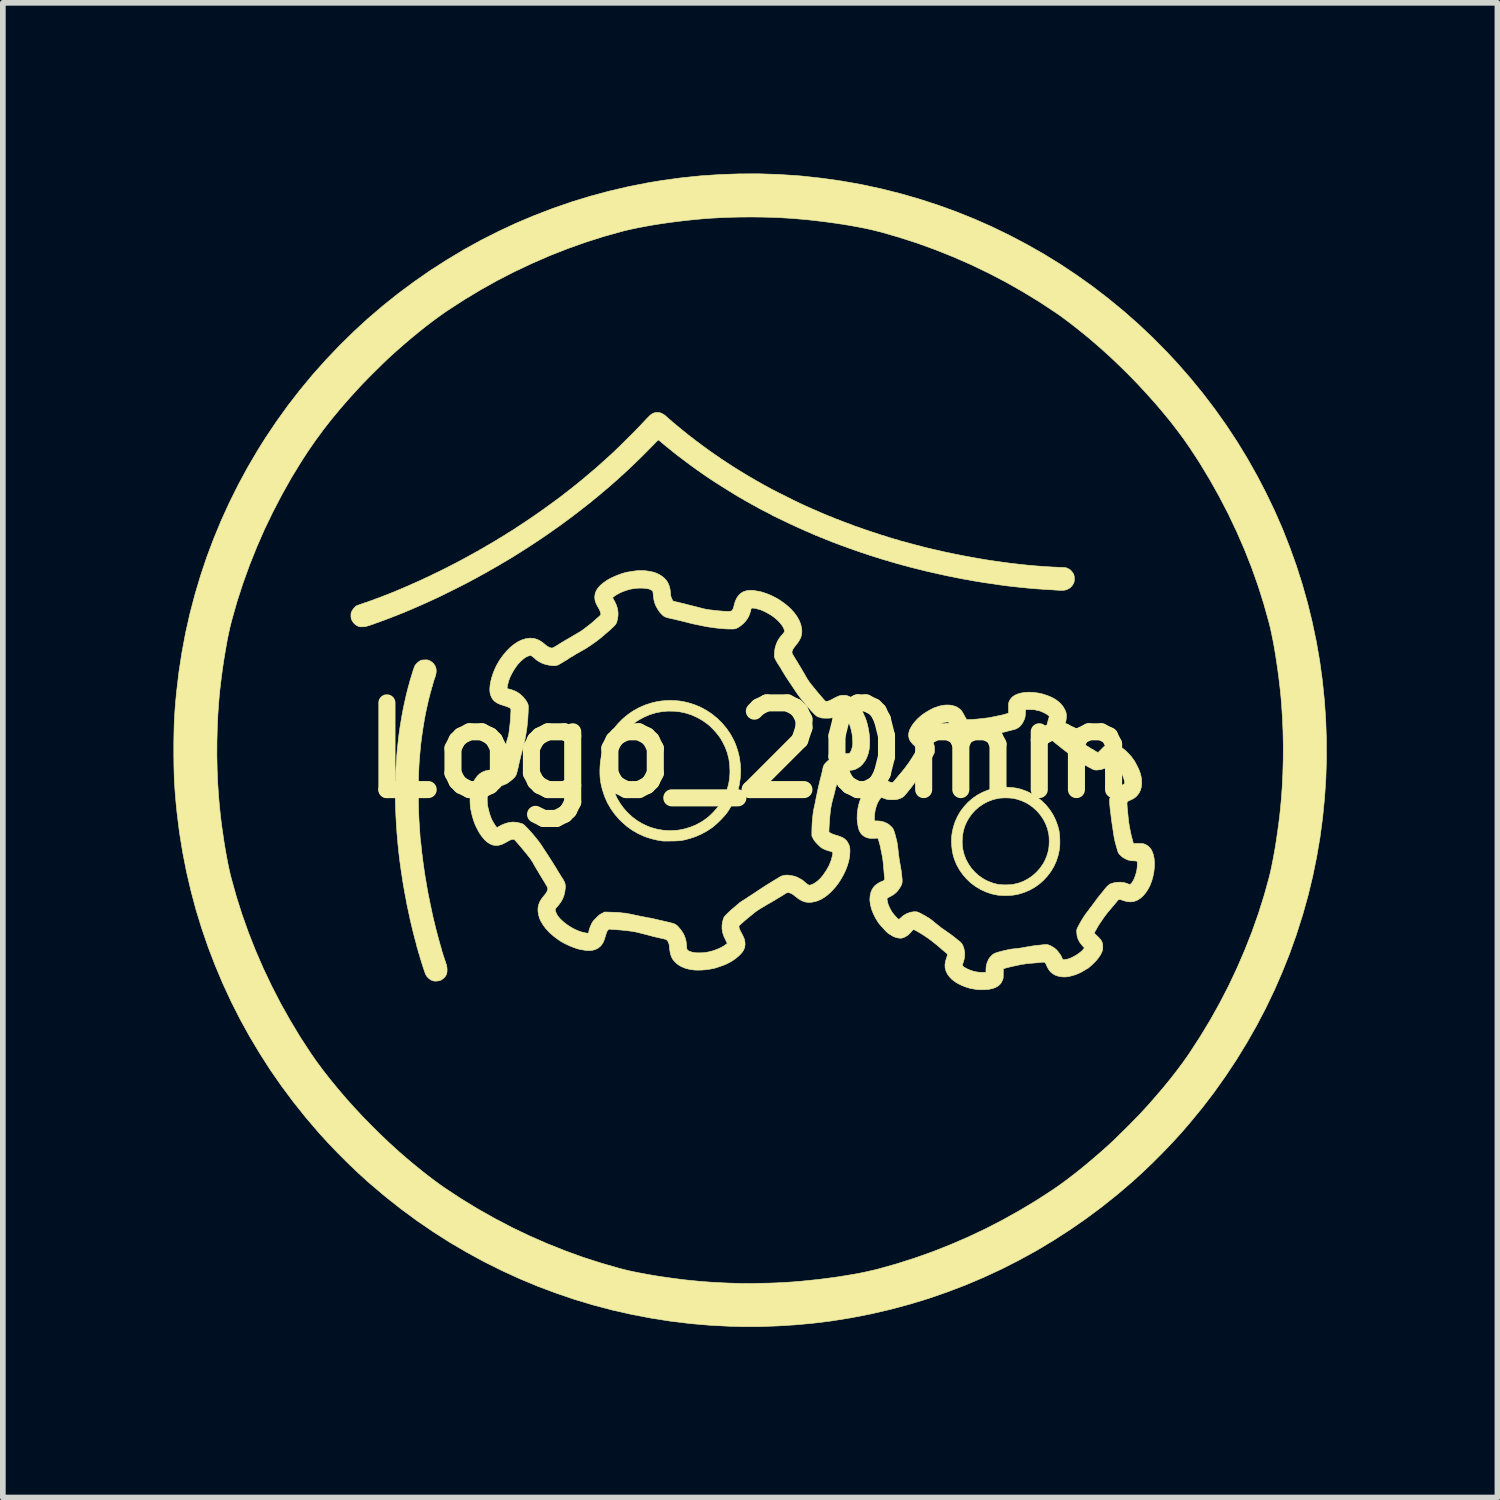
<source format=kicad_pcb>
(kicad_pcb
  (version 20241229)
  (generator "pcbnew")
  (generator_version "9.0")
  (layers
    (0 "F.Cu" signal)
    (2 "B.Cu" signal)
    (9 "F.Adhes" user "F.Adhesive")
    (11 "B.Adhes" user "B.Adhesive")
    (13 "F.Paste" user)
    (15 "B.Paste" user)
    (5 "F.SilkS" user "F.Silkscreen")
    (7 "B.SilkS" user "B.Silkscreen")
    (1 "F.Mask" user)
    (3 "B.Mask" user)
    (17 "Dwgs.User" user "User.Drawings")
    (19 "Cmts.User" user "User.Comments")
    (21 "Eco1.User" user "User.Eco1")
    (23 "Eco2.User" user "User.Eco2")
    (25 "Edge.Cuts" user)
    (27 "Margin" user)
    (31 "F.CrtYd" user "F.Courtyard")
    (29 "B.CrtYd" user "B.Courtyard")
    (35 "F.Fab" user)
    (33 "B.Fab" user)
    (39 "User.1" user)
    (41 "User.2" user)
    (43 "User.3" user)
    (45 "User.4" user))
  (footprint "Logo_20mm"
    (layer "F.Cu")
    (at 10.137 10.139)
    (property "Reference" "Logo_20mm" (at 0 0 0) (layer "F.SilkS") (effects (font (size 1.524 1.524) (thickness 0.3))))
    (attr through_hole)
    (fp_poly (pts (xy 4.591 0.652) (xy 4.673 0.663) (xy 4.748 0.68) (xy 4.758 0.683) (xy 4.859 0.719) (xy 4.954 0.766) (xy 5.043 0.822) (xy 5.124 0.887) (xy 5.198 0.96) (xy 5.263 1.041) (xy 5.32 1.128) (xy 5.367 1.223) (xy 5.404 1.323) (xy 5.426 1.406) (xy 5.433 1.448) (xy 5.438 1.499) (xy 5.441 1.554) (xy 5.442 1.612) (xy 5.441 1.667) (xy 5.437 1.717) (xy 5.434 1.74) (xy 5.413 1.843) (xy 5.381 1.942) (xy 5.339 2.036) (xy 5.287 2.124) (xy 5.226 2.206) (xy 5.157 2.281) (xy 5.081 2.349) (xy 4.997 2.408) (xy 4.908 2.458) (xy 4.812 2.498) (xy 4.712 2.528) (xy 4.652 2.54) (xy 4.603 2.547) (xy 4.547 2.55) (xy 4.487 2.552) (xy 4.428 2.55) (xy 4.373 2.547) (xy 4.339 2.543) (xy 4.238 2.521) (xy 4.141 2.488) (xy 4.048 2.445) (xy 3.96 2.392) (xy 3.878 2.331) (xy 3.804 2.261) (xy 3.737 2.184) (xy 3.678 2.101) (xy 3.628 2.011) (xy 3.589 1.916) (xy 3.568 1.848) (xy 3.552 1.772) (xy 3.542 1.691) (xy 3.538 1.608) (xy 3.538 1.6) (xy 3.725 1.6) (xy 3.726 1.638) (xy 3.728 1.677) (xy 3.732 1.712) (xy 3.735 1.733) (xy 3.757 1.824) (xy 3.789 1.911) (xy 3.833 1.993) (xy 3.885 2.07) (xy 3.947 2.139) (xy 4.016 2.202) (xy 4.093 2.255) (xy 4.144 2.284) (xy 4.208 2.312) (xy 4.274 2.336) (xy 4.338 2.352) (xy 4.352 2.355) (xy 4.389 2.36) (xy 4.435 2.363) (xy 4.485 2.364) (xy 4.535 2.363) (xy 4.581 2.36) (xy 4.62 2.356) (xy 4.624 2.355) (xy 4.715 2.333) (xy 4.802 2.301) (xy 4.884 2.257) (xy 4.96 2.205) (xy 5.03 2.143) (xy 5.092 2.074) (xy 5.146 1.997) (xy 5.175 1.945) (xy 5.208 1.87) (xy 5.233 1.791) (xy 5.246 1.733) (xy 5.251 1.69) (xy 5.254 1.64) (xy 5.255 1.586) (xy 5.253 1.533) (xy 5.249 1.486) (xy 5.246 1.466) (xy 5.224 1.375) (xy 5.191 1.288) (xy 5.148 1.206) (xy 5.095 1.13) (xy 5.034 1.06) (xy 4.965 0.998) (xy 4.888 0.944) (xy 4.836 0.915) (xy 4.76 0.882) (xy 4.682 0.857) (xy 4.624 0.844) (xy 4.581 0.839) (xy 4.531 0.836) (xy 4.477 0.835) (xy 4.424 0.837) (xy 4.377 0.841) (xy 4.357 0.844) (xy 4.266 0.866) (xy 4.179 0.899) (xy 4.097 0.942) (xy 4.02 0.994) (xy 3.95 1.056) (xy 3.888 1.125) (xy 3.835 1.202) (xy 3.806 1.254) (xy 3.771 1.332) (xy 3.747 1.411) (xy 3.732 1.492) (xy 3.726 1.579) (xy 3.725 1.6) (xy 3.538 1.6) (xy 3.539 1.527) (xy 3.547 1.457) (xy 3.569 1.353) (xy 3.601 1.254) (xy 3.644 1.159) (xy 3.696 1.071) (xy 3.758 0.989) (xy 3.827 0.914) (xy 3.904 0.847) (xy 3.988 0.788) (xy 4.079 0.739) (xy 4.175 0.699) (xy 4.276 0.67) (xy 4.348 0.656) (xy 4.425 0.648) (xy 4.507 0.647) (xy 4.591 0.652)) (stroke (width 0.01) (type solid)) (fill yes) (layer "F.SilkS"))
    (fp_poly (pts (xy -1.322 -0.875) (xy -1.244 -0.868) (xy -1.167 -0.855) (xy -1.092 -0.838) (xy -0.978 -0.802) (xy -0.868 -0.756) (xy -0.764 -0.699) (xy -0.666 -0.633) (xy -0.575 -0.558) (xy -0.491 -0.474) (xy -0.415 -0.383) (xy -0.348 -0.285) (xy -0.291 -0.18) (xy -0.257 -0.103) (xy -0.218 0.011) (xy -0.19 0.127) (xy -0.174 0.248) (xy -0.169 0.36) (xy -0.175 0.483) (xy -0.192 0.602) (xy -0.22 0.717) (xy -0.26 0.829) (xy -0.312 0.939) (xy -0.375 1.046) (xy -0.404 1.089) (xy -0.429 1.122) (xy -0.462 1.16) (xy -0.5 1.201) (xy -0.541 1.243) (xy -0.583 1.283) (xy -0.623 1.319) (xy -0.659 1.349) (xy -0.677 1.362) (xy -0.769 1.422) (xy -0.862 1.472) (xy -0.957 1.514) (xy -1.058 1.548) (xy -1.167 1.576) (xy -1.184 1.579) (xy -1.208 1.584) (xy -1.233 1.587) (xy -1.261 1.589) (xy -1.295 1.591) (xy -1.337 1.593) (xy -1.382 1.593) (xy -1.423 1.594) (xy -1.461 1.594) (xy -1.494 1.594) (xy -1.521 1.594) (xy -1.538 1.593) (xy -1.542 1.593) (xy -1.633 1.578) (xy -1.727 1.556) (xy -1.818 1.528) (xy -1.872 1.508) (xy -1.978 1.459) (xy -2.078 1.401) (xy -2.172 1.333) (xy -2.262 1.253) (xy -2.302 1.214) (xy -2.382 1.121) (xy -2.452 1.023) (xy -2.511 0.92) (xy -2.56 0.81) (xy -2.598 0.695) (xy -2.615 0.628) (xy -2.626 0.574) (xy -2.634 0.525) (xy -2.639 0.477) (xy -2.642 0.425) (xy -2.643 0.366) (xy -2.643 0.359) (xy -2.642 0.33) (xy -2.456 0.33) (xy -2.454 0.432) (xy -2.442 0.539) (xy -2.419 0.644) (xy -2.385 0.744) (xy -2.341 0.841) (xy -2.287 0.933) (xy -2.224 1.019) (xy -2.153 1.098) (xy -2.074 1.171) (xy -1.988 1.235) (xy -1.896 1.29) (xy -1.797 1.336) (xy -1.74 1.357) (xy -1.633 1.387) (xy -1.524 1.405) (xy -1.412 1.411) (xy -1.298 1.405) (xy -1.251 1.4) (xy -1.153 1.38) (xy -1.054 1.35) (xy -0.957 1.311) (xy -0.866 1.262) (xy -0.819 1.232) (xy -0.773 1.199) (xy -0.73 1.165) (xy -0.687 1.125) (xy -0.653 1.091) (xy -0.588 1.019) (xy -0.533 0.946) (xy -0.486 0.869) (xy -0.444 0.783) (xy -0.438 0.769) (xy -0.404 0.679) (xy -0.38 0.59) (xy -0.364 0.498) (xy -0.357 0.4) (xy -0.357 0.36) (xy -0.362 0.249) (xy -0.377 0.143) (xy -0.404 0.041) (xy -0.441 -0.058) (xy -0.49 -0.156) (xy -0.523 -0.212) (xy -0.552 -0.253) (xy -0.588 -0.299) (xy -0.628 -0.345) (xy -0.671 -0.39) (xy -0.713 -0.431) (xy -0.747 -0.459) (xy -0.837 -0.524) (xy -0.933 -0.578) (xy -1.033 -0.623) (xy -1.136 -0.656) (xy -1.24 -0.678) (xy -1.333 -0.688) (xy -1.448 -0.69) (xy -1.557 -0.68) (xy -1.662 -0.66) (xy -1.764 -0.629) (xy -1.863 -0.586) (xy -1.871 -0.582) (xy -1.945 -0.542) (xy -2.012 -0.5) (xy -2.073 -0.452) (xy -2.134 -0.396) (xy -2.16 -0.371) (xy -2.235 -0.285) (xy -2.299 -0.195) (xy -2.353 -0.099) (xy -2.395 0.001) (xy -2.427 0.106) (xy -2.447 0.216) (xy -2.456 0.33) (xy -2.642 0.33) (xy -2.64 0.273) (xy -2.633 0.194) (xy -2.62 0.115) (xy -2.604 0.045) (xy -2.568 -0.068) (xy -2.522 -0.177) (xy -2.466 -0.281) (xy -2.4 -0.378) (xy -2.326 -0.469) (xy -2.244 -0.552) (xy -2.154 -0.627) (xy -2.057 -0.694) (xy -1.954 -0.751) (xy -1.846 -0.798) (xy -1.733 -0.834) (xy -1.72 -0.838) (xy -1.64 -0.856) (xy -1.563 -0.868) (xy -1.485 -0.875) (xy -1.406 -0.877) (xy -1.322 -0.875)) (stroke (width 0.01) (type solid)) (fill yes) (layer "F.SilkS"))
    (fp_poly (pts (xy -5.678 -1.59) (xy -5.662 -1.587) (xy -5.646 -1.581) (xy -5.635 -1.577) (xy -5.596 -1.552) (xy -5.562 -1.519) (xy -5.536 -1.478) (xy -5.523 -1.439) (xy -5.519 -1.394) (xy -5.524 -1.345) (xy -5.538 -1.293) (xy -5.546 -1.273) (xy -5.551 -1.259) (xy -5.558 -1.238) (xy -5.565 -1.213) (xy -5.573 -1.187) (xy -5.58 -1.162) (xy -5.585 -1.143) (xy -5.588 -1.131) (xy -5.588 -1.129) (xy -5.591 -1.119) (xy -5.593 -1.116) (xy -5.597 -1.109) (xy -5.601 -1.094) (xy -5.603 -1.085) (xy -5.607 -1.066) (xy -5.611 -1.051) (xy -5.612 -1.047) (xy -5.617 -1.035) (xy -5.622 -1.017) (xy -5.624 -1.01) (xy -5.629 -0.987) (xy -5.635 -0.963) (xy -5.636 -0.959) (xy -5.64 -0.944) (xy -5.645 -0.927) (xy -5.65 -0.904) (xy -5.658 -0.873) (xy -5.667 -0.834) (xy -5.669 -0.822) (xy -5.684 -0.757) (xy -5.697 -0.698) (xy -5.708 -0.645) (xy -5.718 -0.593) (xy -5.728 -0.54) (xy -5.737 -0.483) (xy -5.748 -0.418) (xy -5.754 -0.378) (xy -5.765 -0.305) (xy -5.775 -0.235) (xy -5.784 -0.167) (xy -5.792 -0.099) (xy -5.799 -0.027) (xy -5.806 0.049) (xy -5.813 0.133) (xy -5.82 0.225) (xy -5.822 0.26) (xy -5.825 0.319) (xy -5.828 0.387) (xy -5.83 0.464) (xy -5.832 0.547) (xy -5.833 0.635) (xy -5.833 0.725) (xy -5.833 0.816) (xy -5.832 0.905) (xy -5.831 0.991) (xy -5.829 1.072) (xy -5.826 1.146) (xy -5.823 1.211) (xy -5.822 1.231) (xy -5.817 1.303) (xy -5.813 1.364) (xy -5.81 1.415) (xy -5.807 1.457) (xy -5.805 1.491) (xy -5.803 1.519) (xy -5.801 1.541) (xy -5.799 1.558) (xy -5.798 1.572) (xy -5.797 1.584) (xy -5.795 1.594) (xy -5.794 1.603) (xy -5.791 1.625) (xy -5.787 1.656) (xy -5.784 1.689) (xy -5.782 1.711) (xy -5.779 1.735) (xy -5.777 1.756) (xy -5.775 1.777) (xy -5.773 1.799) (xy -5.769 1.824) (xy -5.765 1.855) (xy -5.76 1.894) (xy -5.755 1.938) (xy -5.741 2.04) (xy -5.728 2.131) (xy -5.716 2.211) (xy -5.705 2.278) (xy -5.703 2.286) (xy -5.699 2.307) (xy -5.695 2.336) (xy -5.689 2.366) (xy -5.688 2.377) (xy -5.68 2.422) (xy -5.672 2.464) (xy -5.666 2.5) (xy -5.661 2.528) (xy -5.657 2.543) (xy -5.654 2.558) (xy -5.649 2.582) (xy -5.643 2.613) (xy -5.636 2.647) (xy -5.629 2.683) (xy -5.622 2.717) (xy -5.62 2.723) (xy -5.612 2.762) (xy -5.603 2.805) (xy -5.594 2.848) (xy -5.585 2.888) (xy -5.578 2.923) (xy -5.571 2.951) (xy -5.57 2.957) (xy -5.565 2.975) (xy -5.56 2.998) (xy -5.555 3.018) (xy -5.548 3.046) (xy -5.541 3.076) (xy -5.537 3.093) (xy -5.53 3.121) (xy -5.522 3.151) (xy -5.519 3.166) (xy -5.512 3.189) (xy -5.506 3.212) (xy -5.503 3.223) (xy -5.499 3.241) (xy -5.492 3.265) (xy -5.488 3.279) (xy -5.481 3.306) (xy -5.474 3.333) (xy -5.47 3.346) (xy -5.458 3.39) (xy -5.448 3.426) (xy -5.439 3.457) (xy -5.431 3.483) (xy -5.425 3.504) (xy -5.42 3.522) (xy -5.419 3.532) (xy -5.416 3.543) (xy -5.413 3.547) (xy -5.409 3.554) (xy -5.405 3.569) (xy -5.403 3.576) (xy -5.4 3.593) (xy -5.396 3.605) (xy -5.395 3.607) (xy -5.391 3.616) (xy -5.385 3.633) (xy -5.379 3.653) (xy -5.373 3.674) (xy -5.367 3.69) (xy -5.364 3.698) (xy -5.36 3.708) (xy -5.356 3.723) (xy -5.355 3.725) (xy -5.351 3.741) (xy -5.347 3.752) (xy -5.346 3.753) (xy -5.34 3.766) (xy -5.335 3.789) (xy -5.331 3.817) (xy -5.329 3.847) (xy -5.329 3.874) (xy -5.332 3.907) (xy -5.338 3.932) (xy -5.346 3.951) (xy -5.367 3.982) (xy -5.395 4.01) (xy -5.428 4.033) (xy -5.442 4.041) (xy -5.468 4.049) (xy -5.501 4.054) (xy -5.535 4.056) (xy -5.565 4.053) (xy -5.572 4.052) (xy -5.612 4.036) (xy -5.649 4.01) (xy -5.682 3.976) (xy -5.707 3.936) (xy -5.723 3.892) (xy -5.724 3.887) (xy -5.729 3.871) (xy -5.733 3.859) (xy -5.737 3.849) (xy -5.743 3.831) (xy -5.751 3.807) (xy -5.758 3.786) (xy -5.768 3.752) (xy -5.78 3.716) (xy -5.79 3.682) (xy -5.795 3.669) (xy -5.802 3.645) (xy -5.808 3.624) (xy -5.811 3.61) (xy -5.812 3.607) (xy -5.814 3.594) (xy -5.817 3.588) (xy -5.823 3.575) (xy -5.829 3.556) (xy -5.835 3.535) (xy -5.84 3.516) (xy -5.842 3.504) (xy -5.842 3.504) (xy -5.845 3.492) (xy -5.848 3.485) (xy -5.853 3.473) (xy -5.858 3.454) (xy -5.859 3.447) (xy -5.865 3.425) (xy -5.871 3.399) (xy -5.874 3.387) (xy -5.888 3.335) (xy -5.9 3.293) (xy -5.909 3.257) (xy -5.917 3.225) (xy -5.925 3.194) (xy -5.933 3.161) (xy -5.942 3.124) (xy -5.942 3.124) (xy -5.948 3.099) (xy -5.953 3.076) (xy -5.957 3.06) (xy -5.964 3.034) (xy -5.971 3) (xy -5.98 2.964) (xy -5.987 2.928) (xy -5.99 2.915) (xy -5.995 2.893) (xy -6.001 2.863) (xy -6.008 2.83) (xy -6.014 2.803) (xy -6.023 2.761) (xy -6.032 2.719) (xy -6.041 2.673) (xy -6.05 2.622) (xy -6.061 2.564) (xy -6.074 2.496) (xy -6.075 2.489) (xy -6.08 2.46) (xy -6.085 2.433) (xy -6.089 2.412) (xy -6.09 2.407) (xy -6.094 2.385) (xy -6.099 2.354) (xy -6.105 2.316) (xy -6.112 2.275) (xy -6.118 2.231) (xy -6.123 2.198) (xy -6.128 2.168) (xy -6.133 2.131) (xy -6.139 2.094) (xy -6.141 2.077) (xy -6.161 1.933) (xy -6.179 1.78) (xy -6.195 1.623) (xy -6.209 1.461) (xy -6.22 1.299) (xy -6.229 1.139) (xy -6.235 0.982) (xy -6.239 0.831) (xy -6.24 0.689) (xy -6.239 0.638) (xy -6.238 0.583) (xy -6.237 0.528) (xy -6.235 0.474) (xy -6.234 0.425) (xy -6.232 0.381) (xy -6.23 0.346) (xy -6.229 0.33) (xy -6.223 0.246) (xy -6.218 0.175) (xy -6.214 0.114) (xy -6.21 0.064) (xy -6.207 0.025) (xy -6.205 -0.006) (xy -6.203 -0.027) (xy -6.202 -0.039) (xy -6.202 -0.039) (xy -6.2 -0.054) (xy -6.197 -0.078) (xy -6.194 -0.108) (xy -6.19 -0.141) (xy -6.189 -0.148) (xy -6.183 -0.207) (xy -6.176 -0.266) (xy -6.168 -0.322) (xy -6.161 -0.372) (xy -6.157 -0.402) (xy -6.153 -0.426) (xy -6.148 -0.456) (xy -6.143 -0.486) (xy -6.142 -0.493) (xy -6.133 -0.545) (xy -6.124 -0.6) (xy -6.114 -0.654) (xy -6.105 -0.704) (xy -6.096 -0.748) (xy -6.09 -0.777) (xy -6.069 -0.873) (xy -6.049 -0.962) (xy -6.029 -1.044) (xy -6.01 -1.115) (xy -6.009 -1.12) (xy -6.001 -1.147) (xy -5.994 -1.174) (xy -5.99 -1.187) (xy -5.98 -1.226) (xy -5.968 -1.266) (xy -5.953 -1.313) (xy -5.948 -1.33) (xy -5.94 -1.357) (xy -5.932 -1.383) (xy -5.926 -1.402) (xy -5.925 -1.406) (xy -5.92 -1.423) (xy -5.915 -1.435) (xy -5.914 -1.436) (xy -5.91 -1.446) (xy -5.906 -1.461) (xy -5.897 -1.483) (xy -5.88 -1.508) (xy -5.857 -1.533) (xy -5.831 -1.556) (xy -5.821 -1.563) (xy -5.803 -1.574) (xy -5.789 -1.582) (xy -5.775 -1.586) (xy -5.757 -1.588) (xy -5.73 -1.589) (xy -5.727 -1.59) (xy -5.698 -1.59) (xy -5.678 -1.59)) (stroke (width 0.01) (type solid)) (fill yes) (layer "F.SilkS"))
    (fp_poly (pts (xy 0.496 -10.123) (xy 0.835 -10.101) (xy 0.922 -10.093) (xy 1.27 -10.055) (xy 1.615 -10.006) (xy 1.957 -9.945) (xy 2.296 -9.872) (xy 2.632 -9.788) (xy 2.963 -9.693) (xy 3.291 -9.587) (xy 3.614 -9.47) (xy 3.933 -9.342) (xy 4.248 -9.203) (xy 4.557 -9.053) (xy 4.861 -8.893) (xy 5.16 -8.723) (xy 5.452 -8.543) (xy 5.739 -8.352) (xy 6.02 -8.152) (xy 6.294 -7.941) (xy 6.562 -7.721) (xy 6.823 -7.491) (xy 7.076 -7.252) (xy 7.322 -7.003) (xy 7.506 -6.806) (xy 7.735 -6.544) (xy 7.955 -6.275) (xy 8.166 -5.998) (xy 8.367 -5.715) (xy 8.558 -5.425) (xy 8.739 -5.128) (xy 8.909 -4.826) (xy 9.069 -4.518) (xy 9.219 -4.205) (xy 9.358 -3.887) (xy 9.485 -3.563) (xy 9.602 -3.236) (xy 9.703 -2.918) (xy 9.797 -2.585) (xy 9.879 -2.249) (xy 9.95 -1.91) (xy 10.009 -1.569) (xy 10.056 -1.227) (xy 10.091 -0.883) (xy 10.115 -0.538) (xy 10.127 -0.193) (xy 10.128 0.153) (xy 10.117 0.498) (xy 10.094 0.843) (xy 10.06 1.187) (xy 10.014 1.53) (xy 9.956 1.871) (xy 9.887 2.21) (xy 9.806 2.546) (xy 9.713 2.88) (xy 9.703 2.912) (xy 9.597 3.245) (xy 9.48 3.573) (xy 9.351 3.896) (xy 9.212 4.215) (xy 9.062 4.528) (xy 8.901 4.836) (xy 8.729 5.138) (xy 8.547 5.435) (xy 8.355 5.725) (xy 8.153 6.01) (xy 7.94 6.288) (xy 7.717 6.559) (xy 7.576 6.722) (xy 7.415 6.899) (xy 7.245 7.076) (xy 7.07 7.251) (xy 6.893 7.42) (xy 6.722 7.576) (xy 6.455 7.804) (xy 6.182 8.022) (xy 5.903 8.23) (xy 5.617 8.428) (xy 5.325 8.616) (xy 5.028 8.794) (xy 4.725 8.96) (xy 4.417 9.117) (xy 4.104 9.262) (xy 3.786 9.397) (xy 3.463 9.52) (xy 3.137 9.633) (xy 2.806 9.734) (xy 2.472 9.824) (xy 2.134 9.903) (xy 1.793 9.97) (xy 1.449 10.026) (xy 1.399 10.033) (xy 1.096 10.07) (xy 0.788 10.098) (xy 0.477 10.117) (xy 0.167 10.128) (xy -0.139 10.128) (xy -0.356 10.123) (xy -0.707 10.105) (xy -1.055 10.075) (xy -1.402 10.033) (xy -1.745 9.979) (xy -2.086 9.914) (xy -2.423 9.838) (xy -2.757 9.75) (xy -3.088 9.651) (xy -3.414 9.54) (xy -3.737 9.419) (xy -4.055 9.286) (xy -4.368 9.143) (xy -4.677 8.989) (xy -4.98 8.824) (xy -5.279 8.649) (xy -5.571 8.463) (xy -5.858 8.267) (xy -6.139 8.06) (xy -6.414 7.843) (xy -6.682 7.616) (xy -6.728 7.576) (xy -6.905 7.415) (xy -7.082 7.245) (xy -7.257 7.07) (xy -7.426 6.893) (xy -7.582 6.722) (xy -7.81 6.455) (xy -8.029 6.181) (xy -8.237 5.902) (xy -8.436 5.616) (xy -8.623 5.324) (xy -8.801 5.026) (xy -8.968 4.723) (xy -9.124 4.415) (xy -9.269 4.102) (xy -9.403 3.784) (xy -9.527 3.462) (xy -9.639 3.136) (xy -9.741 2.805) (xy -9.83 2.471) (xy -9.909 2.133) (xy -9.976 1.792) (xy -10.032 1.447) (xy -10.075 1.1) (xy -10.084 1.016) (xy -10.095 0.901) (xy -10.104 0.794) (xy -10.112 0.69) (xy -10.119 0.588) (xy -10.124 0.487) (xy -10.127 0.383) (xy -10.13 0.274) (xy -10.131 0.158) (xy -10.132 0.095) (xy -9.375 0.095) (xy -9.37 0.341) (xy -9.36 0.582) (xy -9.344 0.817) (xy -9.34 0.865) (xy -9.329 0.986) (xy -9.316 1.112) (xy -9.301 1.241) (xy -9.284 1.371) (xy -9.265 1.501) (xy -9.246 1.629) (xy -9.225 1.753) (xy -9.204 1.873) (xy -9.182 1.986) (xy -9.16 2.091) (xy -9.138 2.187) (xy -9.125 2.238) (xy -9.035 2.562) (xy -8.933 2.885) (xy -8.819 3.205) (xy -8.694 3.522) (xy -8.558 3.835) (xy -8.411 4.144) (xy -8.254 4.449) (xy -8.086 4.748) (xy -7.909 5.042) (xy -7.73 5.316) (xy -7.623 5.47) (xy -7.506 5.628) (xy -7.379 5.79) (xy -7.245 5.953) (xy -7.105 6.117) (xy -6.958 6.281) (xy -6.807 6.443) (xy -6.651 6.602) (xy -6.494 6.758) (xy -6.334 6.909) (xy -6.174 7.054) (xy -6.159 7.067) (xy -6.056 7.157) (xy -5.95 7.246) (xy -5.844 7.333) (xy -5.74 7.417) (xy -5.638 7.496) (xy -5.54 7.57) (xy -5.448 7.637) (xy -5.374 7.689) (xy -5.089 7.877) (xy -4.798 8.055) (xy -4.5 8.223) (xy -4.197 8.382) (xy -3.889 8.53) (xy -3.577 8.667) (xy -3.262 8.793) (xy -2.943 8.909) (xy -2.622 9.012) (xy -2.3 9.105) (xy -2.244 9.119) (xy -2.152 9.142) (xy -2.05 9.164) (xy -1.94 9.186) (xy -1.821 9.208) (xy -1.697 9.23) (xy -1.568 9.25) (xy -1.437 9.269) (xy -1.304 9.287) (xy -1.172 9.304) (xy -1.041 9.318) (xy -0.914 9.33) (xy -0.907 9.331) (xy -0.807 9.339) (xy -0.7 9.347) (xy -0.59 9.353) (xy -0.478 9.359) (xy -0.367 9.364) (xy -0.258 9.367) (xy -0.154 9.37) (xy -0.058 9.371) (xy 0.03 9.37) (xy 0.06 9.37) (xy 0.094 9.369) (xy 0.137 9.368) (xy 0.186 9.367) (xy 0.236 9.366) (xy 0.287 9.365) (xy 0.308 9.365) (xy 0.449 9.36) (xy 0.595 9.353) (xy 0.747 9.343) (xy 0.903 9.33) (xy 1.06 9.314) (xy 1.218 9.297) (xy 1.375 9.277) (xy 1.529 9.256) (xy 1.68 9.232) (xy 1.824 9.208) (xy 1.962 9.182) (xy 2.091 9.154) (xy 2.21 9.126) (xy 2.238 9.119) (xy 2.561 9.029) (xy 2.882 8.927) (xy 3.201 8.814) (xy 3.518 8.689) (xy 3.83 8.554) (xy 4.139 8.408) (xy 4.443 8.251) (xy 4.741 8.084) (xy 5.034 7.908) (xy 5.32 7.722) (xy 5.368 7.689) (xy 5.461 7.624) (xy 5.56 7.551) (xy 5.664 7.472) (xy 5.773 7.386) (xy 5.884 7.296) (xy 5.996 7.202) (xy 6.108 7.106) (xy 6.219 7.009) (xy 6.326 6.912) (xy 6.332 6.907) (xy 6.368 6.873) (xy 6.412 6.831) (xy 6.461 6.784) (xy 6.513 6.732) (xy 6.568 6.678) (xy 6.624 6.623) (xy 6.679 6.568) (xy 6.731 6.514) (xy 6.78 6.465) (xy 6.824 6.419) (xy 6.86 6.381) (xy 6.861 6.38) (xy 6.998 6.231) (xy 7.13 6.08) (xy 7.258 5.93) (xy 7.38 5.781) (xy 7.494 5.635) (xy 7.601 5.492) (xy 7.698 5.355) (xy 7.724 5.316) (xy 7.911 5.028) (xy 8.089 4.734) (xy 8.256 4.434) (xy 8.413 4.129) (xy 8.559 3.82) (xy 8.694 3.506) (xy 8.819 3.189) (xy 8.932 2.869) (xy 9.034 2.546) (xy 9.119 2.238) (xy 9.142 2.146) (xy 9.164 2.044) (xy 9.186 1.934) (xy 9.208 1.815) (xy 9.23 1.691) (xy 9.25 1.562) (xy 9.269 1.431) (xy 9.287 1.299) (xy 9.304 1.166) (xy 9.318 1.036) (xy 9.33 0.909) (xy 9.331 0.901) (xy 9.349 0.662) (xy 9.361 0.414) (xy 9.368 0.162) (xy 9.369 -0.092) (xy 9.364 -0.345) (xy 9.353 -0.593) (xy 9.337 -0.836) (xy 9.331 -0.907) (xy 9.319 -1.034) (xy 9.304 -1.164) (xy 9.288 -1.297) (xy 9.27 -1.429) (xy 9.251 -1.561) (xy 9.231 -1.69) (xy 9.21 -1.814) (xy 9.188 -1.933) (xy 9.165 -2.044) (xy 9.143 -2.147) (xy 9.12 -2.239) (xy 9.119 -2.244) (xy 9.028 -2.57) (xy 8.926 -2.894) (xy 8.812 -3.215) (xy 8.686 -3.533) (xy 8.549 -3.847) (xy 8.402 -4.157) (xy 8.243 -4.463) (xy 8.074 -4.764) (xy 7.895 -5.06) (xy 7.732 -5.31) (xy 7.625 -5.464) (xy 7.508 -5.622) (xy 7.383 -5.784) (xy 7.249 -5.947) (xy 7.109 -6.111) (xy 6.962 -6.275) (xy 6.811 -6.438) (xy 6.656 -6.598) (xy 6.498 -6.754) (xy 6.339 -6.905) (xy 6.178 -7.051) (xy 6.153 -7.073) (xy 6.052 -7.161) (xy 5.95 -7.248) (xy 5.846 -7.333) (xy 5.744 -7.415) (xy 5.644 -7.493) (xy 5.548 -7.566) (xy 5.457 -7.633) (xy 5.373 -7.692) (xy 5.368 -7.695) (xy 5.083 -7.883) (xy 4.791 -8.061) (xy 4.494 -8.23) (xy 4.191 -8.388) (xy 3.883 -8.536) (xy 3.571 -8.673) (xy 3.256 -8.799) (xy 2.937 -8.915) (xy 2.616 -9.018) (xy 2.294 -9.111) (xy 2.238 -9.125) (xy 2.134 -9.151) (xy 2.019 -9.176) (xy 1.895 -9.2) (xy 1.763 -9.224) (xy 1.625 -9.247) (xy 1.483 -9.268) (xy 1.337 -9.288) (xy 1.189 -9.306) (xy 1.041 -9.323) (xy 0.894 -9.337) (xy 0.75 -9.349) (xy 0.662 -9.355) (xy 0.509 -9.364) (xy 0.346 -9.37) (xy 0.177 -9.374) (xy 0.004 -9.375) (xy -0.169 -9.374) (xy -0.34 -9.37) (xy -0.507 -9.364) (xy -0.666 -9.355) (xy -0.708 -9.353) (xy -0.849 -9.342) (xy -0.995 -9.328) (xy -1.142 -9.313) (xy -1.289 -9.295) (xy -1.435 -9.276) (xy -1.578 -9.255) (xy -1.718 -9.233) (xy -1.851 -9.209) (xy -1.978 -9.185) (xy -2.096 -9.16) (xy -2.204 -9.135) (xy -2.244 -9.125) (xy -2.567 -9.035) (xy -2.888 -8.933) (xy -3.207 -8.82) (xy -3.523 -8.696) (xy -3.835 -8.56) (xy -4.143 -8.415) (xy -4.446 -8.259) (xy -4.743 -8.093) (xy -5.033 -7.918) (xy -5.317 -7.734) (xy -5.383 -7.689) (xy -5.481 -7.619) (xy -5.586 -7.542) (xy -5.696 -7.458) (xy -5.809 -7.368) (xy -5.925 -7.273) (xy -6.042 -7.175) (xy -6.158 -7.074) (xy -6.272 -6.973) (xy -6.338 -6.913) (xy -6.374 -6.879) (xy -6.418 -6.837) (xy -6.467 -6.79) (xy -6.519 -6.738) (xy -6.574 -6.684) (xy -6.63 -6.629) (xy -6.685 -6.574) (xy -6.737 -6.521) (xy -6.786 -6.471) (xy -6.83 -6.425) (xy -6.866 -6.387) (xy -6.867 -6.386) (xy -7.04 -6.196) (xy -7.203 -6.009) (xy -7.357 -5.824) (xy -7.502 -5.638) (xy -7.639 -5.452) (xy -7.769 -5.264) (xy -7.887 -5.083) (xy -8.065 -4.792) (xy -8.232 -4.495) (xy -8.39 -4.192) (xy -8.538 -3.885) (xy -8.674 -3.574) (xy -8.8 -3.259) (xy -8.915 -2.941) (xy -9.019 -2.622) (xy -9.11 -2.3) (xy -9.125 -2.244) (xy -9.147 -2.155) (xy -9.169 -2.055) (xy -9.191 -1.946) (xy -9.212 -1.83) (xy -9.233 -1.709) (xy -9.254 -1.582) (xy -9.273 -1.454) (xy -9.291 -1.323) (xy -9.307 -1.194) (xy -9.322 -1.066) (xy -9.334 -0.942) (xy -9.34 -0.871) (xy -9.357 -0.638) (xy -9.368 -0.398) (xy -9.374 -0.152) (xy -9.375 0.095) (xy -10.132 0.095) (xy -10.132 0.033) (xy -10.132 -0.003) (xy -10.132 -0.131) (xy -10.13 -0.249) (xy -10.128 -0.359) (xy -10.125 -0.465) (xy -10.12 -0.567) (xy -10.114 -0.668) (xy -10.107 -0.771) (xy -10.098 -0.877) (xy -10.087 -0.99) (xy -10.084 -1.022) (xy -10.043 -1.37) (xy -9.99 -1.716) (xy -9.926 -2.059) (xy -9.85 -2.398) (xy -9.762 -2.734) (xy -9.663 -3.067) (xy -9.553 -3.396) (xy -9.431 -3.72) (xy -9.298 -4.041) (xy -9.154 -4.357) (xy -8.999 -4.668) (xy -8.833 -4.975) (xy -8.656 -5.276) (xy -8.517 -5.498) (xy -8.324 -5.785) (xy -8.121 -6.067) (xy -7.908 -6.341) (xy -7.686 -6.609) (xy -7.454 -6.868) (xy -7.214 -7.12) (xy -6.966 -7.363) (xy -6.728 -7.582) (xy -6.462 -7.81) (xy -6.189 -8.028) (xy -5.909 -8.236) (xy -5.623 -8.435) (xy -5.331 -8.622) (xy -5.034 -8.8) (xy -4.731 -8.967) (xy -4.422 -9.123) (xy -4.109 -9.269) (xy -3.79 -9.403) (xy -3.467 -9.527) (xy -3.14 -9.64) (xy -2.809 -9.741) (xy -2.474 -9.831) (xy -2.135 -9.91) (xy -1.793 -9.977) (xy -1.551 -10.017) (xy -1.215 -10.063) (xy -0.875 -10.098) (xy -0.533 -10.121) (xy -0.19 -10.133) (xy 0.153 -10.134) (xy 0.496 -10.123)) (stroke (width 0.01) (type solid)) (fill yes) (layer "F.SilkS"))
    (fp_poly (pts (xy -1.606 -5.938) (xy -1.586 -5.934) (xy -1.566 -5.927) (xy -1.552 -5.92) (xy -1.529 -5.908) (xy -1.508 -5.895) (xy -1.496 -5.886) (xy -1.483 -5.874) (xy -1.464 -5.857) (xy -1.443 -5.839) (xy -1.439 -5.836) (xy -1.417 -5.816) (xy -1.393 -5.796) (xy -1.374 -5.779) (xy -1.373 -5.778) (xy -1.354 -5.761) (xy -1.33 -5.741) (xy -1.309 -5.724) (xy -1.286 -5.705) (xy -1.261 -5.685) (xy -1.243 -5.669) (xy -1.224 -5.654) (xy -1.2 -5.634) (xy -1.175 -5.614) (xy -1.164 -5.605) (xy -1.144 -5.589) (xy -1.127 -5.575) (xy -1.116 -5.566) (xy -1.113 -5.564) (xy -1.107 -5.559) (xy -1.094 -5.548) (xy -1.083 -5.54) (xy -1.066 -5.527) (xy -1.053 -5.516) (xy -1.047 -5.511) (xy -1.038 -5.504) (xy -1.035 -5.503) (xy -1.028 -5.5) (xy -1.017 -5.49) (xy -1.016 -5.489) (xy -1.005 -5.48) (xy -0.987 -5.466) (xy -0.964 -5.448) (xy -0.938 -5.429) (xy -0.928 -5.421) (xy -0.902 -5.402) (xy -0.88 -5.386) (xy -0.864 -5.373) (xy -0.854 -5.366) (xy -0.853 -5.365) (xy -0.846 -5.36) (xy -0.833 -5.35) (xy -0.819 -5.34) (xy -0.802 -5.328) (xy -0.789 -5.319) (xy -0.783 -5.314) (xy -0.772 -5.306) (xy -0.753 -5.292) (xy -0.728 -5.274) (xy -0.7 -5.254) (xy -0.671 -5.234) (xy -0.643 -5.214) (xy -0.618 -5.197) (xy -0.599 -5.184) (xy -0.577 -5.169) (xy -0.559 -5.157) (xy -0.547 -5.149) (xy -0.544 -5.146) (xy -0.538 -5.142) (xy -0.524 -5.132) (xy -0.502 -5.117) (xy -0.474 -5.099) (xy -0.441 -5.077) (xy -0.406 -5.054) (xy -0.368 -5.029) (xy -0.33 -5.005) (xy -0.314 -4.994) (xy -0.291 -4.979) (xy -0.259 -4.959) (xy -0.223 -4.937) (xy -0.183 -4.912) (xy -0.142 -4.887) (xy -0.101 -4.862) (xy -0.063 -4.839) (xy -0.029 -4.819) (xy -0.001 -4.802) (xy 0.019 -4.791) (xy 0.021 -4.79) (xy 0.046 -4.775) (xy 0.075 -4.759) (xy 0.095 -4.746) (xy 0.114 -4.735) (xy 0.129 -4.727) (xy 0.136 -4.723) (xy 0.136 -4.723) (xy 0.143 -4.72) (xy 0.156 -4.713) (xy 0.162 -4.709) (xy 0.18 -4.698) (xy 0.202 -4.686) (xy 0.229 -4.67) (xy 0.265 -4.651) (xy 0.296 -4.634) (xy 0.324 -4.619) (xy 0.353 -4.603) (xy 0.378 -4.589) (xy 0.384 -4.586) (xy 0.398 -4.579) (xy 0.422 -4.567) (xy 0.453 -4.551) (xy 0.491 -4.532) (xy 0.533 -4.51) (xy 0.579 -4.488) (xy 0.626 -4.464) (xy 0.674 -4.44) (xy 0.721 -4.417) (xy 0.764 -4.395) (xy 0.804 -4.376) (xy 0.838 -4.359) (xy 0.865 -4.346) (xy 0.882 -4.338) (xy 0.883 -4.337) (xy 0.913 -4.324) (xy 0.946 -4.308) (xy 0.979 -4.293) (xy 1.008 -4.28) (xy 1.025 -4.273) (xy 1.04 -4.266) (xy 1.061 -4.257) (xy 1.084 -4.246) (xy 1.084 -4.246) (xy 1.105 -4.237) (xy 1.12 -4.23) (xy 1.128 -4.227) (xy 1.128 -4.227) (xy 1.134 -4.225) (xy 1.148 -4.219) (xy 1.168 -4.21) (xy 1.171 -4.209) (xy 1.198 -4.197) (xy 1.217 -4.188) (xy 1.232 -4.182) (xy 1.247 -4.175) (xy 1.264 -4.168) (xy 1.267 -4.167) (xy 1.287 -4.158) (xy 1.305 -4.15) (xy 1.312 -4.148) (xy 1.329 -4.141) (xy 1.34 -4.136) (xy 1.352 -4.131) (xy 1.37 -4.123) (xy 1.38 -4.119) (xy 1.398 -4.112) (xy 1.411 -4.107) (xy 1.415 -4.106) (xy 1.425 -4.104) (xy 1.432 -4.101) (xy 1.444 -4.095) (xy 1.461 -4.087) (xy 1.465 -4.085) (xy 1.486 -4.077) (xy 1.507 -4.068) (xy 1.508 -4.067) (xy 1.524 -4.061) (xy 1.536 -4.058) (xy 1.537 -4.058) (xy 1.549 -4.055) (xy 1.552 -4.053) (xy 1.559 -4.049) (xy 1.576 -4.042) (xy 1.6 -4.033) (xy 1.63 -4.021) (xy 1.66 -4.01) (xy 1.694 -3.997) (xy 1.724 -3.986) (xy 1.75 -3.977) (xy 1.767 -3.97) (xy 1.775 -3.967) (xy 1.788 -3.962) (xy 1.806 -3.955) (xy 1.814 -3.952) (xy 1.832 -3.945) (xy 1.847 -3.939) (xy 1.851 -3.937) (xy 1.863 -3.933) (xy 1.88 -3.928) (xy 1.881 -3.928) (xy 1.898 -3.923) (xy 1.91 -3.919) (xy 1.911 -3.919) (xy 1.922 -3.914) (xy 1.941 -3.907) (xy 1.966 -3.898) (xy 1.994 -3.888) (xy 2.022 -3.878) (xy 2.048 -3.87) (xy 2.056 -3.867) (xy 2.077 -3.86) (xy 2.094 -3.854) (xy 2.102 -3.852) (xy 2.111 -3.848) (xy 2.13 -3.842) (xy 2.156 -3.833) (xy 2.186 -3.824) (xy 2.201 -3.819) (xy 2.233 -3.809) (xy 2.261 -3.799) (xy 2.283 -3.792) (xy 2.298 -3.787) (xy 2.301 -3.785) (xy 2.316 -3.781) (xy 2.334 -3.776) (xy 2.334 -3.776) (xy 2.351 -3.772) (xy 2.364 -3.768) (xy 2.364 -3.768) (xy 2.375 -3.763) (xy 2.393 -3.758) (xy 2.41 -3.752) (xy 2.431 -3.746) (xy 2.448 -3.74) (xy 2.457 -3.737) (xy 2.469 -3.733) (xy 2.487 -3.728) (xy 2.491 -3.728) (xy 2.508 -3.724) (xy 2.518 -3.72) (xy 2.519 -3.718) (xy 2.527 -3.714) (xy 2.534 -3.713) (xy 2.546 -3.711) (xy 2.565 -3.707) (xy 2.587 -3.7) (xy 2.608 -3.694) (xy 2.622 -3.688) (xy 2.635 -3.684) (xy 2.654 -3.678) (xy 2.658 -3.677) (xy 2.68 -3.672) (xy 2.71 -3.664) (xy 2.745 -3.655) (xy 2.78 -3.645) (xy 2.812 -3.636) (xy 2.837 -3.629) (xy 2.842 -3.628) (xy 2.857 -3.624) (xy 2.878 -3.618) (xy 2.905 -3.611) (xy 2.941 -3.602) (xy 2.966 -3.596) (xy 2.986 -3.591) (xy 3.001 -3.587) (xy 3.006 -3.585) (xy 3.016 -3.582) (xy 3.035 -3.577) (xy 3.063 -3.57) (xy 3.096 -3.562) (xy 3.132 -3.553) (xy 3.171 -3.544) (xy 3.209 -3.535) (xy 3.24 -3.528) (xy 3.282 -3.519) (xy 3.313 -3.512) (xy 3.337 -3.506) (xy 3.354 -3.502) (xy 3.368 -3.499) (xy 3.379 -3.496) (xy 3.384 -3.495) (xy 3.402 -3.491) (xy 3.427 -3.485) (xy 3.453 -3.48) (xy 3.453 -3.48) (xy 3.483 -3.474) (xy 3.516 -3.467) (xy 3.541 -3.462) (xy 3.569 -3.456) (xy 3.602 -3.449) (xy 3.632 -3.443) (xy 3.658 -3.438) (xy 3.683 -3.433) (xy 3.702 -3.429) (xy 3.704 -3.429) (xy 3.748 -3.42) (xy 3.802 -3.41) (xy 3.863 -3.399) (xy 3.929 -3.387) (xy 3.997 -3.375) (xy 4.066 -3.363) (xy 4.132 -3.352) (xy 4.194 -3.342) (xy 4.248 -3.334) (xy 4.282 -3.329) (xy 4.313 -3.325) (xy 4.351 -3.319) (xy 4.389 -3.314) (xy 4.409 -3.311) (xy 4.557 -3.291) (xy 4.711 -3.273) (xy 4.868 -3.256) (xy 5.025 -3.242) (xy 5.178 -3.231) (xy 5.325 -3.222) (xy 5.419 -3.218) (xy 5.462 -3.216) (xy 5.495 -3.215) (xy 5.52 -3.213) (xy 5.538 -3.211) (xy 5.552 -3.209) (xy 5.564 -3.205) (xy 5.575 -3.2) (xy 5.582 -3.197) (xy 5.608 -3.183) (xy 5.627 -3.17) (xy 5.644 -3.153) (xy 5.658 -3.136) (xy 5.677 -3.108) (xy 5.689 -3.083) (xy 5.695 -3.055) (xy 5.697 -3.02) (xy 5.697 -3.017) (xy 5.696 -2.987) (xy 5.693 -2.965) (xy 5.687 -2.945) (xy 5.683 -2.936) (xy 5.656 -2.892) (xy 5.622 -2.858) (xy 5.58 -2.833) (xy 5.551 -2.822) (xy 5.53 -2.817) (xy 5.508 -2.814) (xy 5.481 -2.813) (xy 5.448 -2.813) (xy 5.407 -2.815) (xy 5.358 -2.818) (xy 5.323 -2.821) (xy 5.281 -2.823) (xy 5.235 -2.826) (xy 5.189 -2.829) (xy 5.165 -2.83) (xy 5.097 -2.835) (xy 5.021 -2.84) (xy 4.938 -2.847) (xy 4.852 -2.855) (xy 4.765 -2.864) (xy 4.678 -2.873) (xy 4.594 -2.882) (xy 4.516 -2.891) (xy 4.445 -2.9) (xy 4.385 -2.909) (xy 4.364 -2.912) (xy 4.336 -2.916) (xy 4.305 -2.921) (xy 4.285 -2.924) (xy 4.195 -2.937) (xy 4.116 -2.948) (xy 4.043 -2.96) (xy 3.975 -2.971) (xy 3.909 -2.982) (xy 3.861 -2.991) (xy 3.83 -2.997) (xy 3.796 -3.003) (xy 3.766 -3.008) (xy 3.762 -3.009) (xy 3.727 -3.015) (xy 3.688 -3.023) (xy 3.65 -3.03) (xy 3.617 -3.036) (xy 3.591 -3.042) (xy 3.589 -3.042) (xy 3.571 -3.046) (xy 3.547 -3.051) (xy 3.52 -3.056) (xy 3.517 -3.057) (xy 3.476 -3.065) (xy 3.433 -3.074) (xy 3.391 -3.083) (xy 3.352 -3.092) (xy 3.318 -3.099) (xy 3.292 -3.105) (xy 3.281 -3.108) (xy 3.263 -3.112) (xy 3.238 -3.118) (xy 3.212 -3.123) (xy 3.211 -3.123) (xy 3.137 -3.14) (xy 3.069 -3.156) (xy 3.001 -3.173) (xy 2.994 -3.175) (xy 2.978 -3.179) (xy 2.958 -3.184) (xy 2.93 -3.191) (xy 2.893 -3.2) (xy 2.862 -3.208) (xy 2.791 -3.226) (xy 2.727 -3.244) (xy 2.704 -3.25) (xy 2.681 -3.256) (xy 2.671 -3.258) (xy 2.656 -3.261) (xy 2.646 -3.266) (xy 2.645 -3.267) (xy 2.637 -3.271) (xy 2.631 -3.272) (xy 2.619 -3.273) (xy 2.601 -3.278) (xy 2.588 -3.281) (xy 2.562 -3.289) (xy 2.535 -3.297) (xy 2.525 -3.3) (xy 2.485 -3.311) (xy 2.455 -3.32) (xy 2.435 -3.326) (xy 2.422 -3.331) (xy 2.418 -3.333) (xy 2.405 -3.338) (xy 2.399 -3.338) (xy 2.389 -3.34) (xy 2.368 -3.345) (xy 2.34 -3.354) (xy 2.306 -3.364) (xy 2.274 -3.375) (xy 2.251 -3.382) (xy 2.222 -3.391) (xy 2.195 -3.399) (xy 2.172 -3.406) (xy 2.153 -3.412) (xy 2.141 -3.417) (xy 2.14 -3.417) (xy 2.128 -3.422) (xy 2.11 -3.426) (xy 2.108 -3.426) (xy 2.093 -3.43) (xy 2.084 -3.435) (xy 2.083 -3.436) (xy 2.075 -3.44) (xy 2.065 -3.441) (xy 2.053 -3.443) (xy 2.047 -3.447) (xy 2.04 -3.451) (xy 2.025 -3.455) (xy 2.02 -3.456) (xy 2.004 -3.46) (xy 1.994 -3.464) (xy 1.993 -3.465) (xy 1.985 -3.469) (xy 1.971 -3.473) (xy 1.968 -3.474) (xy 1.95 -3.478) (xy 1.937 -3.483) (xy 1.936 -3.483) (xy 1.926 -3.488) (xy 1.908 -3.494) (xy 1.884 -3.502) (xy 1.869 -3.508) (xy 1.843 -3.516) (xy 1.82 -3.524) (xy 1.804 -3.53) (xy 1.799 -3.532) (xy 1.788 -3.536) (xy 1.769 -3.543) (xy 1.745 -3.551) (xy 1.734 -3.555) (xy 1.685 -3.573) (xy 1.646 -3.587) (xy 1.615 -3.598) (xy 1.592 -3.606) (xy 1.576 -3.612) (xy 1.564 -3.617) (xy 1.557 -3.619) (xy 1.538 -3.627) (xy 1.518 -3.634) (xy 1.518 -3.634) (xy 1.497 -3.642) (xy 1.478 -3.65) (xy 1.463 -3.656) (xy 1.452 -3.659) (xy 1.452 -3.659) (xy 1.441 -3.662) (xy 1.435 -3.665) (xy 1.425 -3.67) (xy 1.409 -3.676) (xy 1.386 -3.686) (xy 1.355 -3.698) (xy 1.331 -3.707) (xy 1.312 -3.715) (xy 1.291 -3.724) (xy 1.275 -3.731) (xy 1.258 -3.738) (xy 1.245 -3.743) (xy 1.241 -3.743) (xy 1.233 -3.746) (xy 1.218 -3.752) (xy 1.205 -3.759) (xy 1.187 -3.767) (xy 1.173 -3.772) (xy 1.167 -3.774) (xy 1.157 -3.776) (xy 1.15 -3.779) (xy 1.138 -3.786) (xy 1.121 -3.793) (xy 1.119 -3.794) (xy 1.102 -3.801) (xy 1.08 -3.811) (xy 1.056 -3.822) (xy 1.036 -3.831) (xy 1.021 -3.837) (xy 1.013 -3.84) (xy 1.013 -3.84) (xy 1.007 -3.843) (xy 0.993 -3.849) (xy 0.973 -3.857) (xy 0.97 -3.859) (xy 0.913 -3.884) (xy 0.867 -3.905) (xy 0.853 -3.911) (xy 0.837 -3.918) (xy 0.815 -3.928) (xy 0.79 -3.94) (xy 0.783 -3.943) (xy 0.758 -3.955) (xy 0.733 -3.966) (xy 0.714 -3.975) (xy 0.711 -3.976) (xy 0.699 -3.982) (xy 0.677 -3.992) (xy 0.649 -4.006) (xy 0.615 -4.022) (xy 0.577 -4.04) (xy 0.545 -4.056) (xy 0.507 -4.074) (xy 0.473 -4.091) (xy 0.443 -4.105) (xy 0.42 -4.116) (xy 0.405 -4.122) (xy 0.399 -4.124) (xy 0.392 -4.129) (xy 0.392 -4.129) (xy 0.386 -4.133) (xy 0.372 -4.142) (xy 0.35 -4.154) (xy 0.323 -4.168) (xy 0.305 -4.177) (xy 0.258 -4.201) (xy 0.22 -4.22) (xy 0.191 -4.235) (xy 0.17 -4.246) (xy 0.155 -4.254) (xy 0.145 -4.259) (xy 0.14 -4.263) (xy 0.139 -4.264) (xy 0.132 -4.268) (xy 0.117 -4.276) (xy 0.095 -4.288) (xy 0.068 -4.303) (xy 0.039 -4.318) (xy 0.026 -4.325) (xy 0.018 -4.33) (xy 0.018 -4.33) (xy 0.011 -4.335) (xy -0.002 -4.342) (xy -0.006 -4.344) (xy -0.062 -4.375) (xy -0.118 -4.407) (xy -0.132 -4.416) (xy -0.15 -4.427) (xy -0.165 -4.435) (xy -0.172 -4.439) (xy -0.172 -4.439) (xy -0.179 -4.442) (xy -0.194 -4.451) (xy -0.217 -4.464) (xy -0.246 -4.482) (xy -0.281 -4.503) (xy -0.319 -4.527) (xy -0.361 -4.553) (xy -0.404 -4.579) (xy -0.447 -4.606) (xy -0.489 -4.632) (xy -0.528 -4.657) (xy -0.564 -4.68) (xy -0.596 -4.7) (xy -0.621 -4.716) (xy -0.639 -4.728) (xy -0.641 -4.729) (xy -0.65 -4.736) (xy -0.666 -4.746) (xy -0.686 -4.759) (xy -0.689 -4.761) (xy -0.71 -4.775) (xy -0.736 -4.792) (xy -0.765 -4.812) (xy -0.795 -4.832) (xy -0.823 -4.852) (xy -0.849 -4.87) (xy -0.869 -4.883) (xy -0.881 -4.892) (xy -0.881 -4.892) (xy -0.897 -4.903) (xy -0.907 -4.911) (xy -0.927 -4.924) (xy -0.955 -4.944) (xy -0.989 -4.969) (xy -1.028 -4.997) (xy -1.07 -5.028) (xy -1.113 -5.06) (xy -1.157 -5.093) (xy -1.198 -5.124) (xy -1.236 -5.153) (xy -1.27 -5.178) (xy -1.296 -5.198) (xy -1.312 -5.211) (xy -1.32 -5.218) (xy -1.336 -5.23) (xy -1.356 -5.246) (xy -1.379 -5.265) (xy -1.413 -5.292) (xy -1.439 -5.313) (xy -1.46 -5.33) (xy -1.478 -5.344) (xy -1.493 -5.357) (xy -1.509 -5.371) (xy -1.527 -5.385) (xy -1.557 -5.411) (xy -1.579 -5.429) (xy -1.595 -5.442) (xy -1.606 -5.45) (xy -1.612 -5.454) (xy -1.616 -5.455) (xy -1.616 -5.455) (xy -1.622 -5.451) (xy -1.635 -5.439) (xy -1.653 -5.422) (xy -1.675 -5.399) (xy -1.698 -5.375) (xy -1.767 -5.305) (xy -1.84 -5.231) (xy -1.917 -5.154) (xy -1.996 -5.077) (xy -2.073 -5.003) (xy -2.148 -4.932) (xy -2.217 -4.868) (xy -2.24 -4.847) (xy -2.264 -4.826) (xy -2.286 -4.806) (xy -2.304 -4.79) (xy -2.315 -4.779) (xy -2.316 -4.778) (xy -2.329 -4.766) (xy -2.349 -4.749) (xy -2.372 -4.729) (xy -2.394 -4.709) (xy -2.413 -4.693) (xy -2.413 -4.693) (xy -2.427 -4.68) (xy -2.444 -4.665) (xy -2.449 -4.661) (xy -2.465 -4.647) (xy -2.485 -4.629) (xy -2.506 -4.612) (xy -2.507 -4.611) (xy -2.524 -4.597) (xy -2.538 -4.585) (xy -2.546 -4.578) (xy -2.546 -4.578) (xy -2.552 -4.573) (xy -2.565 -4.561) (xy -2.584 -4.546) (xy -2.606 -4.527) (xy -2.631 -4.507) (xy -2.636 -4.502) (xy -2.648 -4.492) (xy -2.657 -4.484) (xy -2.665 -4.478) (xy -2.679 -4.466) (xy -2.698 -4.45) (xy -2.712 -4.439) (xy -2.733 -4.422) (xy -2.75 -4.408) (xy -2.761 -4.399) (xy -2.764 -4.397) (xy -2.771 -4.39) (xy -2.786 -4.378) (xy -2.808 -4.36) (xy -2.836 -4.338) (xy -2.867 -4.314) (xy -2.901 -4.287) (xy -2.936 -4.26) (xy -2.971 -4.233) (xy -3.004 -4.207) (xy -3.034 -4.184) (xy -3.059 -4.164) (xy -3.072 -4.155) (xy -3.094 -4.138) (xy -3.111 -4.125) (xy -3.123 -4.116) (xy -3.127 -4.112) (xy -3.132 -4.108) (xy -3.146 -4.098) (xy -3.166 -4.083) (xy -3.191 -4.065) (xy -3.219 -4.044) (xy -3.249 -4.022) (xy -3.279 -4) (xy -3.308 -3.979) (xy -3.333 -3.96) (xy -3.354 -3.945) (xy -3.368 -3.935) (xy -3.372 -3.932) (xy -3.382 -3.926) (xy -3.398 -3.914) (xy -3.42 -3.899) (xy -3.441 -3.884) (xy -3.517 -3.83) (xy -3.601 -3.772) (xy -3.69 -3.712) (xy -3.781 -3.651) (xy -3.873 -3.591) (xy -3.961 -3.534) (xy -4.018 -3.498) (xy -4.04 -3.484) (xy -4.061 -3.471) (xy -4.076 -3.462) (xy -4.079 -3.459) (xy -4.101 -3.446) (xy -4.128 -3.429) (xy -4.159 -3.409) (xy -4.192 -3.389) (xy -4.225 -3.369) (xy -4.256 -3.351) (xy -4.283 -3.334) (xy -4.305 -3.321) (xy -4.319 -3.313) (xy -4.324 -3.31) (xy -4.332 -3.305) (xy -4.349 -3.296) (xy -4.371 -3.283) (xy -4.397 -3.267) (xy -4.401 -3.265) (xy -4.427 -3.249) (xy -4.449 -3.237) (xy -4.464 -3.228) (xy -4.472 -3.224) (xy -4.472 -3.223) (xy -4.478 -3.22) (xy -4.492 -3.213) (xy -4.511 -3.202) (xy -4.515 -3.199) (xy -4.534 -3.188) (xy -4.549 -3.179) (xy -4.557 -3.175) (xy -4.557 -3.175) (xy -4.564 -3.172) (xy -4.576 -3.165) (xy -4.583 -3.161) (xy -4.604 -3.148) (xy -4.631 -3.132) (xy -4.666 -3.113) (xy -4.705 -3.092) (xy -4.729 -3.079) (xy -4.753 -3.066) (xy -4.77 -3.056) (xy -4.792 -3.044) (xy -4.816 -3.031) (xy -4.824 -3.026) (xy -4.883 -2.995) (xy -4.949 -2.959) (xy -5.023 -2.921) (xy -5.101 -2.881) (xy -5.182 -2.84) (xy -5.263 -2.8) (xy -5.342 -2.761) (xy -5.416 -2.724) (xy -5.485 -2.691) (xy -5.521 -2.674) (xy -5.547 -2.662) (xy -5.578 -2.648) (xy -5.606 -2.635) (xy -5.606 -2.635) (xy -5.641 -2.619) (xy -5.678 -2.602) (xy -5.72 -2.583) (xy -5.742 -2.573) (xy -5.757 -2.567) (xy -5.778 -2.557) (xy -5.801 -2.547) (xy -5.802 -2.547) (xy -5.822 -2.538) (xy -5.837 -2.531) (xy -5.845 -2.528) (xy -5.845 -2.528) (xy -5.851 -2.526) (xy -5.865 -2.519) (xy -5.885 -2.511) (xy -5.888 -2.509) (xy -5.912 -2.499) (xy -5.935 -2.489) (xy -5.951 -2.482) (xy -5.97 -2.474) (xy -5.986 -2.467) (xy -5.987 -2.466) (xy -6.004 -2.459) (xy -6.014 -2.455) (xy -6.046 -2.442) (xy -6.072 -2.431) (xy -6.091 -2.422) (xy -6.097 -2.419) (xy -6.11 -2.414) (xy -6.116 -2.413) (xy -6.125 -2.41) (xy -6.141 -2.404) (xy -6.147 -2.401) (xy -6.163 -2.394) (xy -6.174 -2.39) (xy -6.176 -2.389) (xy -6.183 -2.387) (xy -6.198 -2.38) (xy -6.213 -2.374) (xy -6.232 -2.366) (xy -6.248 -2.36) (xy -6.255 -2.359) (xy -6.266 -2.355) (xy -6.269 -2.353) (xy -6.276 -2.35) (xy -6.293 -2.343) (xy -6.318 -2.333) (xy -6.349 -2.321) (xy -6.386 -2.307) (xy -6.426 -2.292) (xy -6.467 -2.277) (xy -6.509 -2.262) (xy -6.549 -2.247) (xy -6.559 -2.244) (xy -6.584 -2.235) (xy -6.606 -2.227) (xy -6.621 -2.221) (xy -6.625 -2.219) (xy -6.636 -2.216) (xy -6.655 -2.209) (xy -6.68 -2.201) (xy -6.705 -2.193) (xy -6.74 -2.182) (xy -6.767 -2.176) (xy -6.79 -2.173) (xy -6.815 -2.172) (xy -6.82 -2.172) (xy -6.844 -2.172) (xy -6.864 -2.173) (xy -6.875 -2.175) (xy -6.876 -2.175) (xy -6.921 -2.196) (xy -6.959 -2.226) (xy -6.99 -2.266) (xy -7 -2.284) (xy -7.01 -2.305) (xy -7.015 -2.323) (xy -7.018 -2.344) (xy -7.018 -2.368) (xy -7.018 -2.395) (xy -7.015 -2.415) (xy -7.009 -2.433) (xy -7 -2.451) (xy -6.989 -2.469) (xy -6.974 -2.49) (xy -6.956 -2.51) (xy -6.938 -2.528) (xy -6.923 -2.54) (xy -6.912 -2.546) (xy -6.911 -2.546) (xy -6.902 -2.548) (xy -6.887 -2.554) (xy -6.886 -2.554) (xy -6.87 -2.561) (xy -6.847 -2.568) (xy -6.831 -2.574) (xy -6.811 -2.58) (xy -6.795 -2.586) (xy -6.788 -2.589) (xy -6.779 -2.593) (xy -6.763 -2.597) (xy -6.761 -2.598) (xy -6.744 -2.602) (xy -6.732 -2.607) (xy -6.731 -2.607) (xy -6.721 -2.611) (xy -6.703 -2.618) (xy -6.683 -2.625) (xy -6.65 -2.636) (xy -6.627 -2.644) (xy -6.612 -2.65) (xy -6.604 -2.654) (xy -6.6 -2.657) (xy -6.591 -2.661) (xy -6.586 -2.661) (xy -6.574 -2.664) (xy -6.559 -2.67) (xy -6.546 -2.676) (xy -6.536 -2.679) (xy -6.536 -2.679) (xy -6.527 -2.681) (xy -6.513 -2.687) (xy -6.511 -2.688) (xy -6.494 -2.695) (xy -6.472 -2.703) (xy -6.462 -2.707) (xy -6.444 -2.714) (xy -6.43 -2.72) (xy -6.426 -2.722) (xy -6.415 -2.727) (xy -6.412 -2.727) (xy -6.401 -2.73) (xy -6.385 -2.736) (xy -6.384 -2.736) (xy -6.37 -2.742) (xy -6.348 -2.751) (xy -6.323 -2.761) (xy -6.317 -2.764) (xy -6.293 -2.773) (xy -6.273 -2.781) (xy -6.259 -2.787) (xy -6.256 -2.788) (xy -6.244 -2.793) (xy -6.225 -2.801) (xy -6.214 -2.806) (xy -6.194 -2.815) (xy -6.175 -2.822) (xy -6.169 -2.825) (xy -6.152 -2.832) (xy -6.141 -2.837) (xy -6.125 -2.843) (xy -6.104 -2.852) (xy -6.082 -2.862) (xy -6.064 -2.87) (xy -6.057 -2.873) (xy -6.044 -2.878) (xy -6.026 -2.886) (xy -6.014 -2.891) (xy -5.991 -2.901) (xy -5.968 -2.911) (xy -5.96 -2.915) (xy -5.941 -2.924) (xy -5.917 -2.935) (xy -5.899 -2.942) (xy -5.868 -2.956) (xy -5.844 -2.967) (xy -5.826 -2.975) (xy -5.809 -2.982) (xy -5.792 -2.99) (xy -5.782 -2.995) (xy -5.712 -3.028) (xy -5.636 -3.063) (xy -5.557 -3.102) (xy -5.475 -3.141) (xy -5.394 -3.181) (xy -5.315 -3.221) (xy -5.241 -3.259) (xy -5.173 -3.294) (xy -5.113 -3.326) (xy -5.095 -3.335) (xy -5.069 -3.349) (xy -5.042 -3.364) (xy -5.02 -3.376) (xy -4.995 -3.389) (xy -4.969 -3.404) (xy -4.956 -3.411) (xy -4.933 -3.424) (xy -4.906 -3.438) (xy -4.893 -3.446) (xy -4.867 -3.459) (xy -4.84 -3.475) (xy -4.826 -3.483) (xy -4.805 -3.495) (xy -4.786 -3.504) (xy -4.776 -3.509) (xy -4.764 -3.516) (xy -4.759 -3.521) (xy -4.755 -3.526) (xy -4.752 -3.526) (xy -4.744 -3.529) (xy -4.729 -3.537) (xy -4.709 -3.548) (xy -4.702 -3.553) (xy -4.681 -3.565) (xy -4.664 -3.575) (xy -4.653 -3.58) (xy -4.651 -3.58) (xy -4.645 -3.584) (xy -4.645 -3.586) (xy -4.64 -3.592) (xy -4.638 -3.592) (xy -4.631 -3.595) (xy -4.616 -3.603) (xy -4.595 -3.615) (xy -4.571 -3.629) (xy -4.544 -3.645) (xy -4.519 -3.66) (xy -4.496 -3.674) (xy -4.481 -3.683) (xy -4.468 -3.691) (xy -4.463 -3.693) (xy -4.452 -3.699) (xy -4.438 -3.709) (xy -4.436 -3.71) (xy -4.402 -3.732) (xy -4.381 -3.743) (xy -4.368 -3.751) (xy -4.352 -3.761) (xy -4.351 -3.762) (xy -4.336 -3.771) (xy -4.325 -3.777) (xy -4.324 -3.778) (xy -4.314 -3.783) (xy -4.312 -3.786) (xy -4.306 -3.79) (xy -4.292 -3.799) (xy -4.27 -3.813) (xy -4.244 -3.829) (xy -4.221 -3.843) (xy -4.192 -3.861) (xy -4.166 -3.877) (xy -4.145 -3.89) (xy -4.132 -3.899) (xy -4.128 -3.902) (xy -4.121 -3.907) (xy -4.106 -3.917) (xy -4.083 -3.932) (xy -4.056 -3.95) (xy -4.025 -3.97) (xy -4.016 -3.976) (xy -3.984 -3.997) (xy -3.955 -4.016) (xy -3.931 -4.032) (xy -3.914 -4.043) (xy -3.905 -4.049) (xy -3.904 -4.05) (xy -3.896 -4.055) (xy -3.881 -4.066) (xy -3.861 -4.079) (xy -3.852 -4.085) (xy -3.831 -4.099) (xy -3.814 -4.112) (xy -3.802 -4.12) (xy -3.8 -4.121) (xy -3.792 -4.127) (xy -3.776 -4.138) (xy -3.756 -4.152) (xy -3.743 -4.161) (xy -3.722 -4.175) (xy -3.695 -4.194) (xy -3.662 -4.218) (xy -3.625 -4.244) (xy -3.586 -4.272) (xy -3.545 -4.302) (xy -3.503 -4.332) (xy -3.462 -4.362) (xy -3.424 -4.39) (xy -3.388 -4.416) (xy -3.357 -4.439) (xy -3.332 -4.458) (xy -3.314 -4.472) (xy -3.304 -4.48) (xy -3.302 -4.481) (xy -3.296 -4.486) (xy -3.283 -4.497) (xy -3.264 -4.511) (xy -3.248 -4.524) (xy -3.226 -4.54) (xy -3.207 -4.555) (xy -3.194 -4.565) (xy -3.189 -4.569) (xy -3.183 -4.574) (xy -3.175 -4.58) (xy -3.163 -4.589) (xy -3.145 -4.603) (xy -3.139 -4.608) (xy -3.123 -4.62) (xy -3.112 -4.629) (xy -3.108 -4.632) (xy -3.102 -4.638) (xy -3.09 -4.648) (xy -3.078 -4.657) (xy -3.063 -4.669) (xy -3.052 -4.678) (xy -3.048 -4.681) (xy -3.042 -4.686) (xy -3.029 -4.697) (xy -3.011 -4.711) (xy -2.998 -4.722) (xy -2.976 -4.74) (xy -2.957 -4.755) (xy -2.942 -4.767) (xy -2.937 -4.771) (xy -2.923 -4.783) (xy -2.902 -4.801) (xy -2.878 -4.822) (xy -2.85 -4.845) (xy -2.821 -4.87) (xy -2.792 -4.894) (xy -2.765 -4.917) (xy -2.741 -4.937) (xy -2.722 -4.953) (xy -2.71 -4.964) (xy -2.706 -4.968) (xy -2.698 -4.974) (xy -2.684 -4.987) (xy -2.666 -5.003) (xy -2.654 -5.013) (xy -2.594 -5.067) (xy -2.541 -5.115) (xy -2.492 -5.159) (xy -2.446 -5.201) (xy -2.401 -5.243) (xy -2.357 -5.285) (xy -2.31 -5.33) (xy -2.261 -5.378) (xy -2.206 -5.433) (xy -2.144 -5.494) (xy -2.141 -5.497) (xy -2.1 -5.538) (xy -2.059 -5.579) (xy -2.018 -5.621) (xy -1.98 -5.66) (xy -1.945 -5.696) (xy -1.917 -5.726) (xy -1.905 -5.739) (xy -1.865 -5.781) (xy -1.833 -5.816) (xy -1.806 -5.843) (xy -1.785 -5.865) (xy -1.768 -5.882) (xy -1.754 -5.894) (xy -1.742 -5.904) (xy -1.731 -5.911) (xy -1.72 -5.918) (xy -1.715 -5.92) (xy -1.693 -5.93) (xy -1.674 -5.936) (xy -1.652 -5.938) (xy -1.633 -5.939) (xy -1.606 -5.938)) (stroke (width 0.01) (type solid)) (fill yes) (layer "F.SilkS"))
    (fp_poly (pts (xy 4.953 -1.021) (xy 5.001 -1.016) (xy 5.026 -1.012) (xy 5.047 -1.009) (xy 5.061 -1.008) (xy 5.062 -1.008) (xy 5.097 -1.001) (xy 5.14 -0.99) (xy 5.186 -0.976) (xy 5.234 -0.959) (xy 5.272 -0.943) (xy 5.289 -0.936) (xy 5.301 -0.932) (xy 5.304 -0.931) (xy 5.31 -0.927) (xy 5.31 -0.925) (xy 5.315 -0.92) (xy 5.321 -0.919) (xy 5.335 -0.915) (xy 5.34 -0.91) (xy 5.349 -0.903) (xy 5.353 -0.901) (xy 5.362 -0.898) (xy 5.366 -0.895) (xy 5.374 -0.889) (xy 5.389 -0.877) (xy 5.408 -0.864) (xy 5.41 -0.862) (xy 5.459 -0.818) (xy 5.501 -0.766) (xy 5.534 -0.707) (xy 5.551 -0.662) (xy 5.555 -0.64) (xy 5.557 -0.612) (xy 5.556 -0.58) (xy 5.553 -0.547) (xy 5.548 -0.516) (xy 5.542 -0.491) (xy 5.534 -0.476) (xy 5.534 -0.475) (xy 5.529 -0.465) (xy 5.523 -0.448) (xy 5.518 -0.428) (xy 5.514 -0.41) (xy 5.513 -0.399) (xy 5.513 -0.397) (xy 5.519 -0.39) (xy 5.532 -0.378) (xy 5.547 -0.366) (xy 5.563 -0.353) (xy 5.585 -0.334) (xy 5.611 -0.312) (xy 5.638 -0.289) (xy 5.644 -0.284) (xy 5.669 -0.262) (xy 5.693 -0.242) (xy 5.713 -0.225) (xy 5.727 -0.214) (xy 5.73 -0.212) (xy 5.765 -0.185) (xy 5.794 -0.163) (xy 5.817 -0.146) (xy 5.838 -0.131) (xy 5.86 -0.117) (xy 5.866 -0.112) (xy 5.887 -0.098) (xy 5.905 -0.085) (xy 5.917 -0.076) (xy 5.92 -0.074) (xy 5.929 -0.068) (xy 5.934 -0.067) (xy 5.942 -0.063) (xy 5.956 -0.055) (xy 5.969 -0.045) (xy 5.985 -0.034) (xy 5.998 -0.026) (xy 6.004 -0.024) (xy 6.012 -0.021) (xy 6.025 -0.013) (xy 6.033 -0.007) (xy 6.054 0.006) (xy 6.077 0.02) (xy 6.085 0.024) (xy 6.113 0.039) (xy 6.176 -0.024) (xy 6.201 -0.05) (xy 6.221 -0.068) (xy 6.237 -0.081) (xy 6.251 -0.09) (xy 6.265 -0.097) (xy 6.277 -0.101) (xy 6.325 -0.113) (xy 6.372 -0.114) (xy 6.422 -0.104) (xy 6.447 -0.096) (xy 6.473 -0.084) (xy 6.505 -0.064) (xy 6.539 -0.041) (xy 6.574 -0.014) (xy 6.607 0.014) (xy 6.631 0.037) (xy 6.659 0.067) (xy 6.684 0.094) (xy 6.703 0.117) (xy 6.717 0.136) (xy 6.724 0.147) (xy 6.724 0.147) (xy 6.73 0.156) (xy 6.738 0.166) (xy 6.748 0.179) (xy 6.76 0.2) (xy 6.775 0.226) (xy 6.791 0.256) (xy 6.806 0.285) (xy 6.82 0.314) (xy 6.831 0.338) (xy 6.838 0.356) (xy 6.84 0.365) (xy 6.843 0.375) (xy 6.845 0.378) (xy 6.85 0.385) (xy 6.854 0.4) (xy 6.855 0.407) (xy 6.859 0.424) (xy 6.863 0.436) (xy 6.864 0.438) (xy 6.867 0.447) (xy 6.87 0.464) (xy 6.874 0.488) (xy 6.877 0.507) (xy 6.88 0.577) (xy 6.874 0.642) (xy 6.858 0.701) (xy 6.832 0.753) (xy 6.796 0.799) (xy 6.792 0.803) (xy 6.776 0.818) (xy 6.761 0.83) (xy 6.745 0.841) (xy 6.725 0.853) (xy 6.699 0.866) (xy 6.67 0.879) (xy 6.653 0.887) (xy 6.639 0.895) (xy 6.63 0.902) (xy 6.625 0.913) (xy 6.622 0.928) (xy 6.622 0.948) (xy 6.624 0.977) (xy 6.627 1.015) (xy 6.629 1.034) (xy 6.635 1.096) (xy 6.64 1.148) (xy 6.644 1.191) (xy 6.648 1.226) (xy 6.651 1.256) (xy 6.655 1.281) (xy 6.659 1.304) (xy 6.662 1.326) (xy 6.666 1.343) (xy 6.671 1.37) (xy 6.675 1.394) (xy 6.679 1.411) (xy 6.68 1.418) (xy 6.683 1.435) (xy 6.689 1.462) (xy 6.697 1.496) (xy 6.707 1.535) (xy 6.717 1.572) (xy 6.734 1.636) (xy 6.822 1.637) (xy 6.856 1.637) (xy 6.882 1.638) (xy 6.9 1.639) (xy 6.915 1.642) (xy 6.928 1.647) (xy 6.943 1.653) (xy 6.95 1.656) (xy 6.992 1.681) (xy 7.025 1.713) (xy 7.053 1.753) (xy 7.061 1.77) (xy 7.084 1.829) (xy 7.098 1.896) (xy 7.105 1.97) (xy 7.104 2.048) (xy 7.095 2.13) (xy 7.079 2.215) (xy 7.055 2.3) (xy 7.053 2.304) (xy 7.025 2.377) (xy 6.99 2.444) (xy 6.95 2.504) (xy 6.906 2.556) (xy 6.859 2.598) (xy 6.808 2.631) (xy 6.756 2.652) (xy 6.734 2.658) (xy 6.688 2.663) (xy 6.64 2.66) (xy 6.588 2.649) (xy 6.559 2.64) (xy 6.533 2.631) (xy 6.51 2.624) (xy 6.493 2.62) (xy 6.487 2.619) (xy 6.475 2.624) (xy 6.458 2.639) (xy 6.444 2.656) (xy 6.422 2.683) (xy 6.395 2.716) (xy 6.364 2.752) (xy 6.334 2.788) (xy 6.32 2.803) (xy 6.289 2.84) (xy 6.255 2.884) (xy 6.221 2.929) (xy 6.191 2.972) (xy 6.183 2.985) (xy 6.165 3.011) (xy 6.148 3.037) (xy 6.134 3.058) (xy 6.125 3.071) (xy 6.116 3.086) (xy 6.109 3.097) (xy 6.108 3.1) (xy 6.105 3.106) (xy 6.097 3.12) (xy 6.086 3.14) (xy 6.078 3.153) (xy 6.065 3.175) (xy 6.055 3.194) (xy 6.049 3.207) (xy 6.048 3.21) (xy 6.052 3.217) (xy 6.063 3.229) (xy 6.076 3.242) (xy 6.114 3.278) (xy 6.144 3.309) (xy 6.165 3.336) (xy 6.18 3.362) (xy 6.189 3.389) (xy 6.194 3.417) (xy 6.196 3.45) (xy 6.196 3.45) (xy 6.195 3.483) (xy 6.191 3.509) (xy 6.185 3.532) (xy 6.182 3.54) (xy 6.159 3.588) (xy 6.126 3.639) (xy 6.085 3.691) (xy 6.037 3.741) (xy 5.985 3.789) (xy 5.984 3.789) (xy 5.967 3.804) (xy 5.953 3.816) (xy 5.946 3.823) (xy 5.946 3.824) (xy 5.939 3.828) (xy 5.938 3.828) (xy 5.931 3.831) (xy 5.917 3.84) (xy 5.897 3.852) (xy 5.886 3.859) (xy 5.802 3.907) (xy 5.715 3.944) (xy 5.625 3.969) (xy 5.567 3.98) (xy 5.517 3.983) (xy 5.464 3.979) (xy 5.413 3.969) (xy 5.367 3.954) (xy 5.334 3.936) (xy 5.298 3.911) (xy 5.269 3.883) (xy 5.245 3.851) (xy 5.222 3.811) (xy 5.201 3.764) (xy 5.191 3.743) (xy 5.181 3.73) (xy 5.167 3.724) (xy 5.147 3.723) (xy 5.118 3.725) (xy 5.088 3.728) (xy 5.057 3.732) (xy 5.032 3.734) (xy 4.973 3.739) (xy 4.925 3.743) (xy 4.887 3.746) (xy 4.858 3.749) (xy 4.838 3.752) (xy 4.824 3.754) (xy 4.818 3.756) (xy 4.804 3.759) (xy 4.795 3.758) (xy 4.786 3.758) (xy 4.771 3.761) (xy 4.77 3.761) (xy 4.756 3.765) (xy 4.733 3.77) (xy 4.706 3.776) (xy 4.687 3.78) (xy 4.634 3.791) (xy 4.591 3.8) (xy 4.555 3.809) (xy 4.523 3.817) (xy 4.493 3.825) (xy 4.484 3.828) (xy 4.448 3.839) (xy 4.447 3.926) (xy 4.447 3.96) (xy 4.446 3.985) (xy 4.445 4.004) (xy 4.442 4.018) (xy 4.437 4.032) (xy 4.431 4.047) (xy 4.428 4.052) (xy 4.412 4.082) (xy 4.396 4.105) (xy 4.375 4.126) (xy 4.357 4.14) (xy 4.337 4.153) (xy 4.312 4.166) (xy 4.284 4.178) (xy 4.259 4.187) (xy 4.239 4.191) (xy 4.236 4.191) (xy 4.219 4.194) (xy 4.208 4.198) (xy 4.197 4.2) (xy 4.176 4.203) (xy 4.149 4.204) (xy 4.117 4.206) (xy 4.083 4.206) (xy 4.049 4.206) (xy 4.019 4.206) (xy 3.994 4.204) (xy 3.982 4.203) (xy 3.959 4.199) (xy 3.937 4.196) (xy 3.93 4.195) (xy 3.862 4.182) (xy 3.79 4.16) (xy 3.718 4.132) (xy 3.651 4.099) (xy 3.608 4.073) (xy 3.549 4.029) (xy 3.502 3.981) (xy 3.465 3.93) (xy 3.44 3.877) (xy 3.425 3.821) (xy 3.423 3.764) (xy 3.432 3.706) (xy 3.444 3.668) (xy 3.453 3.643) (xy 3.46 3.619) (xy 3.463 3.601) (xy 3.464 3.589) (xy 3.462 3.579) (xy 3.455 3.57) (xy 3.442 3.558) (xy 3.428 3.547) (xy 3.394 3.519) (xy 3.366 3.495) (xy 3.345 3.477) (xy 3.339 3.471) (xy 3.32 3.455) (xy 3.294 3.433) (xy 3.262 3.407) (xy 3.227 3.379) (xy 3.191 3.351) (xy 3.156 3.324) (xy 3.124 3.301) (xy 3.098 3.283) (xy 3.087 3.275) (xy 3.064 3.26) (xy 3.041 3.245) (xy 3.025 3.235) (xy 3.01 3.225) (xy 3 3.219) (xy 2.997 3.217) (xy 2.991 3.214) (xy 2.977 3.206) (xy 2.958 3.195) (xy 2.944 3.187) (xy 2.921 3.173) (xy 2.9 3.162) (xy 2.884 3.154) (xy 2.879 3.153) (xy 2.872 3.151) (xy 2.866 3.153) (xy 2.859 3.157) (xy 2.849 3.167) (xy 2.834 3.184) (xy 2.814 3.207) (xy 2.773 3.247) (xy 2.724 3.277) (xy 2.701 3.288) (xy 2.676 3.296) (xy 2.657 3.301) (xy 2.636 3.301) (xy 2.615 3.3) (xy 2.569 3.291) (xy 2.523 3.275) (xy 2.482 3.252) (xy 2.472 3.245) (xy 2.457 3.235) (xy 2.446 3.23) (xy 2.444 3.229) (xy 2.436 3.225) (xy 2.421 3.213) (xy 2.401 3.195) (xy 2.378 3.172) (xy 2.353 3.145) (xy 2.327 3.117) (xy 2.302 3.089) (xy 2.279 3.062) (xy 2.259 3.038) (xy 2.245 3.018) (xy 2.245 3.018) (xy 2.199 2.943) (xy 2.162 2.867) (xy 2.133 2.793) (xy 2.114 2.72) (xy 2.104 2.651) (xy 2.102 2.62) (xy 2.107 2.556) (xy 2.12 2.497) (xy 2.142 2.444) (xy 2.172 2.399) (xy 2.195 2.375) (xy 2.219 2.356) (xy 2.247 2.337) (xy 2.275 2.32) (xy 2.301 2.308) (xy 2.317 2.302) (xy 2.334 2.295) (xy 2.35 2.284) (xy 2.357 2.277) (xy 2.362 2.271) (xy 2.363 2.261) (xy 2.362 2.245) (xy 2.36 2.221) (xy 2.359 2.219) (xy 2.356 2.193) (xy 2.353 2.159) (xy 2.35 2.122) (xy 2.347 2.085) (xy 2.346 2.083) (xy 2.342 2.03) (xy 2.338 1.987) (xy 2.334 1.95) (xy 2.33 1.917) (xy 2.325 1.886) (xy 2.32 1.854) (xy 2.312 1.818) (xy 2.307 1.79) (xy 2.301 1.763) (xy 2.296 1.737) (xy 2.292 1.716) (xy 2.287 1.693) (xy 2.281 1.667) (xy 2.278 1.656) (xy 2.271 1.632) (xy 2.263 1.603) (xy 2.258 1.585) (xy 2.252 1.565) (xy 2.245 1.55) (xy 2.24 1.544) (xy 2.231 1.543) (xy 2.213 1.544) (xy 2.191 1.546) (xy 2.188 1.546) (xy 2.128 1.548) (xy 2.072 1.541) (xy 2.023 1.523) (xy 1.981 1.497) (xy 1.946 1.462) (xy 1.92 1.418) (xy 1.917 1.412) (xy 1.906 1.38) (xy 1.896 1.339) (xy 1.888 1.293) (xy 1.882 1.244) (xy 1.878 1.196) (xy 1.878 1.191) (xy 1.879 1.177) (xy 2.183 1.177) (xy 2.183 1.24) (xy 2.227 1.24) (xy 2.274 1.243) (xy 2.314 1.249) (xy 2.351 1.26) (xy 2.383 1.273) (xy 2.408 1.285) (xy 2.427 1.297) (xy 2.445 1.31) (xy 2.465 1.329) (xy 2.475 1.338) (xy 2.489 1.352) (xy 2.5 1.364) (xy 2.509 1.378) (xy 2.517 1.394) (xy 2.525 1.414) (xy 2.534 1.439) (xy 2.544 1.472) (xy 2.555 1.515) (xy 2.564 1.551) (xy 2.571 1.577) (xy 2.577 1.601) (xy 2.581 1.625) (xy 2.586 1.65) (xy 2.59 1.68) (xy 2.594 1.715) (xy 2.599 1.759) (xy 2.603 1.796) (xy 2.607 1.832) (xy 2.612 1.869) (xy 2.617 1.904) (xy 2.621 1.929) (xy 2.626 1.958) (xy 2.632 1.993) (xy 2.638 2.029) (xy 2.642 2.05) (xy 2.647 2.081) (xy 2.652 2.11) (xy 2.656 2.134) (xy 2.657 2.147) (xy 2.663 2.199) (xy 2.667 2.24) (xy 2.67 2.273) (xy 2.67 2.299) (xy 2.669 2.32) (xy 2.666 2.338) (xy 2.661 2.355) (xy 2.654 2.371) (xy 2.645 2.389) (xy 2.61 2.445) (xy 2.571 2.492) (xy 2.525 2.531) (xy 2.471 2.564) (xy 2.455 2.572) (xy 2.433 2.583) (xy 2.416 2.594) (xy 2.406 2.602) (xy 2.405 2.603) (xy 2.404 2.614) (xy 2.407 2.633) (xy 2.411 2.656) (xy 2.417 2.681) (xy 2.423 2.704) (xy 2.426 2.712) (xy 2.441 2.747) (xy 2.459 2.785) (xy 2.48 2.822) (xy 2.493 2.844) (xy 2.509 2.865) (xy 2.527 2.888) (xy 2.548 2.911) (xy 2.568 2.933) (xy 2.586 2.951) (xy 2.601 2.964) (xy 2.61 2.969) (xy 2.611 2.969) (xy 2.62 2.965) (xy 2.634 2.955) (xy 2.646 2.943) (xy 2.694 2.902) (xy 2.749 2.87) (xy 2.808 2.848) (xy 2.869 2.837) (xy 2.895 2.836) (xy 2.917 2.837) (xy 2.935 2.84) (xy 2.953 2.846) (xy 2.976 2.857) (xy 2.985 2.861) (xy 3.028 2.884) (xy 3.061 2.902) (xy 3.086 2.916) (xy 3.103 2.928) (xy 3.116 2.936) (xy 3.123 2.939) (xy 3.123 2.939) (xy 3.132 2.943) (xy 3.149 2.954) (xy 3.172 2.971) (xy 3.201 2.993) (xy 3.234 3.02) (xy 3.236 3.022) (xy 3.26 3.042) (xy 3.283 3.06) (xy 3.302 3.075) (xy 3.313 3.084) (xy 3.331 3.098) (xy 3.348 3.112) (xy 3.349 3.113) (xy 3.366 3.126) (xy 3.385 3.139) (xy 3.387 3.14) (xy 3.401 3.149) (xy 3.41 3.156) (xy 3.411 3.157) (xy 3.417 3.161) (xy 3.431 3.171) (xy 3.45 3.184) (xy 3.471 3.199) (xy 3.495 3.215) (xy 3.521 3.234) (xy 3.548 3.254) (xy 3.574 3.273) (xy 3.595 3.29) (xy 3.611 3.303) (xy 3.616 3.308) (xy 3.623 3.313) (xy 3.635 3.323) (xy 3.647 3.332) (xy 3.679 3.357) (xy 3.702 3.379) (xy 3.72 3.4) (xy 3.734 3.424) (xy 3.746 3.453) (xy 3.754 3.477) (xy 3.767 3.537) (xy 3.769 3.6) (xy 3.762 3.663) (xy 3.744 3.725) (xy 3.743 3.729) (xy 3.735 3.751) (xy 3.73 3.769) (xy 3.729 3.781) (xy 3.729 3.782) (xy 3.739 3.795) (xy 3.758 3.81) (xy 3.786 3.826) (xy 3.818 3.843) (xy 3.855 3.859) (xy 3.894 3.873) (xy 3.932 3.885) (xy 3.937 3.886) (xy 3.965 3.892) (xy 3.998 3.897) (xy 4.033 3.901) (xy 4.064 3.903) (xy 4.089 3.903) (xy 4.091 3.903) (xy 4.111 3.902) (xy 4.126 3.901) (xy 4.143 3.901) (xy 4.143 3.854) (xy 4.147 3.796) (xy 4.16 3.741) (xy 4.183 3.686) (xy 4.194 3.665) (xy 4.202 3.653) (xy 4.216 3.636) (xy 4.233 3.617) (xy 4.238 3.612) (xy 4.252 3.598) (xy 4.265 3.587) (xy 4.28 3.577) (xy 4.297 3.568) (xy 4.319 3.559) (xy 4.347 3.55) (xy 4.383 3.54) (xy 4.428 3.528) (xy 4.447 3.523) (xy 4.522 3.506) (xy 4.592 3.493) (xy 4.645 3.487) (xy 4.68 3.483) (xy 4.713 3.479) (xy 4.742 3.476) (xy 4.763 3.473) (xy 4.769 3.472) (xy 4.792 3.467) (xy 4.819 3.463) (xy 4.838 3.459) (xy 4.861 3.455) (xy 4.892 3.45) (xy 4.924 3.445) (xy 4.944 3.441) (xy 4.977 3.436) (xy 5.011 3.431) (xy 5.042 3.428) (xy 5.056 3.426) (xy 5.085 3.424) (xy 5.12 3.42) (xy 5.151 3.416) (xy 5.151 3.416) (xy 5.185 3.413) (xy 5.213 3.413) (xy 5.238 3.418) (xy 5.265 3.429) (xy 5.291 3.441) (xy 5.335 3.467) (xy 5.374 3.497) (xy 5.409 3.535) (xy 5.444 3.582) (xy 5.462 3.61) (xy 5.47 3.627) (xy 5.478 3.646) (xy 5.479 3.648) (xy 5.489 3.669) (xy 5.504 3.68) (xy 5.52 3.68) (xy 5.52 3.68) (xy 5.533 3.677) (xy 5.551 3.675) (xy 5.552 3.674) (xy 5.59 3.666) (xy 5.634 3.65) (xy 5.68 3.627) (xy 5.727 3.601) (xy 5.772 3.571) (xy 5.812 3.54) (xy 5.844 3.509) (xy 5.861 3.488) (xy 5.873 3.471) (xy 5.836 3.431) (xy 5.795 3.379) (xy 5.765 3.325) (xy 5.746 3.269) (xy 5.739 3.208) (xy 5.738 3.193) (xy 5.738 3.174) (xy 5.739 3.159) (xy 5.741 3.146) (xy 5.746 3.132) (xy 5.753 3.116) (xy 5.765 3.094) (xy 5.781 3.064) (xy 5.786 3.054) (xy 5.823 2.989) (xy 5.858 2.932) (xy 5.89 2.884) (xy 5.909 2.859) (xy 5.92 2.844) (xy 5.938 2.821) (xy 5.959 2.793) (xy 5.982 2.762) (xy 6.004 2.734) (xy 6.027 2.702) (xy 6.051 2.671) (xy 6.071 2.643) (xy 6.088 2.62) (xy 6.098 2.607) (xy 6.112 2.588) (xy 6.131 2.564) (xy 6.153 2.537) (xy 6.172 2.514) (xy 6.191 2.49) (xy 6.209 2.468) (xy 6.223 2.45) (xy 6.232 2.439) (xy 6.232 2.439) (xy 6.252 2.414) (xy 6.274 2.391) (xy 6.296 2.37) (xy 6.315 2.355) (xy 6.326 2.349) (xy 6.383 2.33) (xy 6.442 2.319) (xy 6.503 2.317) (xy 6.56 2.322) (xy 6.613 2.336) (xy 6.631 2.343) (xy 6.653 2.352) (xy 6.669 2.356) (xy 6.68 2.353) (xy 6.692 2.344) (xy 6.7 2.336) (xy 6.723 2.305) (xy 6.745 2.264) (xy 6.764 2.216) (xy 6.781 2.163) (xy 6.794 2.108) (xy 6.795 2.102) (xy 6.799 2.075) (xy 6.802 2.045) (xy 6.803 2.014) (xy 6.803 1.987) (xy 6.802 1.965) (xy 6.8 1.952) (xy 6.799 1.95) (xy 6.791 1.947) (xy 6.774 1.944) (xy 6.75 1.942) (xy 6.742 1.942) (xy 6.716 1.941) (xy 6.693 1.939) (xy 6.677 1.936) (xy 6.674 1.935) (xy 6.661 1.931) (xy 6.654 1.93) (xy 6.646 1.929) (xy 6.631 1.924) (xy 6.608 1.913) (xy 6.601 1.91) (xy 6.575 1.897) (xy 6.555 1.885) (xy 6.536 1.871) (xy 6.516 1.853) (xy 6.509 1.846) (xy 6.491 1.828) (xy 6.477 1.811) (xy 6.467 1.792) (xy 6.458 1.768) (xy 6.448 1.736) (xy 6.447 1.73) (xy 6.441 1.708) (xy 6.433 1.682) (xy 6.429 1.666) (xy 6.413 1.607) (xy 6.398 1.538) (xy 6.385 1.46) (xy 6.374 1.385) (xy 6.37 1.357) (xy 6.366 1.328) (xy 6.363 1.306) (xy 6.362 1.303) (xy 6.359 1.285) (xy 6.355 1.259) (xy 6.351 1.228) (xy 6.347 1.197) (xy 6.343 1.163) (xy 6.339 1.128) (xy 6.334 1.097) (xy 6.332 1.076) (xy 6.327 1.036) (xy 6.323 0.995) (xy 6.319 0.955) (xy 6.317 0.919) (xy 6.316 0.888) (xy 6.316 0.866) (xy 6.317 0.858) (xy 6.327 0.824) (xy 6.347 0.783) (xy 6.365 0.753) (xy 6.405 0.701) (xy 6.454 0.658) (xy 6.511 0.623) (xy 6.527 0.615) (xy 6.551 0.603) (xy 6.567 0.595) (xy 6.575 0.588) (xy 6.579 0.581) (xy 6.58 0.572) (xy 6.58 0.569) (xy 6.576 0.532) (xy 6.564 0.489) (xy 6.546 0.441) (xy 6.53 0.407) (xy 6.518 0.382) (xy 6.507 0.362) (xy 6.498 0.349) (xy 6.494 0.345) (xy 6.489 0.34) (xy 6.489 0.337) (xy 6.485 0.328) (xy 6.474 0.313) (xy 6.458 0.294) (xy 6.439 0.273) (xy 6.42 0.252) (xy 6.401 0.234) (xy 6.385 0.22) (xy 6.374 0.213) (xy 6.372 0.212) (xy 6.365 0.216) (xy 6.351 0.226) (xy 6.334 0.241) (xy 6.327 0.248) (xy 6.275 0.29) (xy 6.219 0.32) (xy 6.161 0.338) (xy 6.099 0.345) (xy 6.091 0.346) (xy 6.067 0.345) (xy 6.048 0.342) (xy 6.03 0.336) (xy 6.007 0.325) (xy 6.002 0.322) (xy 5.966 0.304) (xy 5.93 0.284) (xy 5.896 0.265) (xy 5.865 0.247) (xy 5.839 0.232) (xy 5.822 0.221) (xy 5.815 0.216) (xy 5.806 0.21) (xy 5.792 0.2) (xy 5.784 0.195) (xy 5.764 0.181) (xy 5.737 0.162) (xy 5.703 0.137) (xy 5.663 0.107) (xy 5.62 0.074) (xy 5.575 0.039) (xy 5.528 0.003) (xy 5.481 -0.033) (xy 5.437 -0.069) (xy 5.395 -0.102) (xy 5.358 -0.132) (xy 5.337 -0.149) (xy 5.305 -0.177) (xy 5.281 -0.2) (xy 5.263 -0.22) (xy 5.25 -0.24) (xy 5.24 -0.262) (xy 5.235 -0.276) (xy 5.22 -0.342) (xy 5.216 -0.41) (xy 5.223 -0.478) (xy 5.241 -0.545) (xy 5.241 -0.545) (xy 5.248 -0.566) (xy 5.253 -0.584) (xy 5.255 -0.594) (xy 5.255 -0.594) (xy 5.25 -0.605) (xy 5.235 -0.618) (xy 5.214 -0.633) (xy 5.187 -0.649) (xy 5.157 -0.664) (xy 5.126 -0.678) (xy 5.096 -0.69) (xy 5.07 -0.698) (xy 5.049 -0.701) (xy 5.047 -0.702) (xy 5.034 -0.703) (xy 5.03 -0.706) (xy 5.021 -0.71) (xy 5.003 -0.713) (xy 4.974 -0.715) (xy 4.936 -0.716) (xy 4.914 -0.716) (xy 4.841 -0.717) (xy 4.837 -0.659) (xy 4.834 -0.615) (xy 4.829 -0.582) (xy 4.823 -0.558) (xy 4.82 -0.551) (xy 4.806 -0.52) (xy 4.793 -0.494) (xy 4.782 -0.475) (xy 4.775 -0.464) (xy 4.775 -0.464) (xy 4.768 -0.455) (xy 4.756 -0.441) (xy 4.748 -0.431) (xy 4.73 -0.413) (xy 4.704 -0.395) (xy 4.675 -0.379) (xy 4.647 -0.368) (xy 4.639 -0.366) (xy 4.627 -0.364) (xy 4.623 -0.363) (xy 4.618 -0.361) (xy 4.611 -0.36) (xy 4.6 -0.357) (xy 4.581 -0.352) (xy 4.557 -0.346) (xy 4.542 -0.342) (xy 4.512 -0.334) (xy 4.484 -0.326) (xy 4.455 -0.32) (xy 4.425 -0.314) (xy 4.39 -0.307) (xy 4.351 -0.301) (xy 4.304 -0.294) (xy 4.249 -0.286) (xy 4.183 -0.277) (xy 4.173 -0.276) (xy 4.089 -0.265) (xy 4.012 -0.255) (xy 3.943 -0.248) (xy 3.883 -0.242) (xy 3.833 -0.238) (xy 3.794 -0.236) (xy 3.782 -0.236) (xy 3.757 -0.237) (xy 3.737 -0.24) (xy 3.718 -0.247) (xy 3.697 -0.257) (xy 3.65 -0.285) (xy 3.609 -0.316) (xy 3.574 -0.353) (xy 3.542 -0.397) (xy 3.511 -0.45) (xy 3.501 -0.468) (xy 3.486 -0.499) (xy 3.453 -0.498) (xy 3.403 -0.49) (xy 3.349 -0.473) (xy 3.293 -0.447) (xy 3.237 -0.412) (xy 3.182 -0.371) (xy 3.131 -0.323) (xy 3.118 -0.31) (xy 3.101 -0.291) (xy 3.143 -0.246) (xy 3.175 -0.207) (xy 3.2 -0.168) (xy 3.22 -0.124) (xy 3.228 -0.102) (xy 3.234 -0.076) (xy 3.237 -0.045) (xy 3.239 -0.012) (xy 3.237 0.019) (xy 3.234 0.044) (xy 3.229 0.057) (xy 3.192 0.126) (xy 3.156 0.189) (xy 3.119 0.249) (xy 3.079 0.309) (xy 3.035 0.372) (xy 2.997 0.424) (xy 2.969 0.461) (xy 2.942 0.499) (xy 2.916 0.533) (xy 2.894 0.564) (xy 2.876 0.588) (xy 2.867 0.601) (xy 2.851 0.623) (xy 2.836 0.643) (xy 2.825 0.657) (xy 2.822 0.661) (xy 2.814 0.671) (xy 2.8 0.687) (xy 2.783 0.709) (xy 2.763 0.734) (xy 2.757 0.741) (xy 2.73 0.774) (xy 2.708 0.799) (xy 2.687 0.817) (xy 2.665 0.831) (xy 2.641 0.843) (xy 2.613 0.853) (xy 2.59 0.859) (xy 2.57 0.864) (xy 2.547 0.866) (xy 2.519 0.867) (xy 2.492 0.867) (xy 2.459 0.867) (xy 2.434 0.866) (xy 2.414 0.863) (xy 2.396 0.859) (xy 2.375 0.852) (xy 2.364 0.848) (xy 2.34 0.839) (xy 2.32 0.833) (xy 2.308 0.829) (xy 2.305 0.829) (xy 2.298 0.833) (xy 2.287 0.846) (xy 2.273 0.865) (xy 2.259 0.886) (xy 2.246 0.908) (xy 2.241 0.917) (xy 2.216 0.98) (xy 2.197 1.049) (xy 2.186 1.122) (xy 2.183 1.177) (xy 1.879 1.177) (xy 1.881 1.108) (xy 1.892 1.023) (xy 1.911 0.938) (xy 1.937 0.856) (xy 1.971 0.78) (xy 2.01 0.71) (xy 2.028 0.683) (xy 2.073 0.63) (xy 2.122 0.586) (xy 2.174 0.554) (xy 2.229 0.532) (xy 2.285 0.522) (xy 2.324 0.522) (xy 2.351 0.525) (xy 2.38 0.53) (xy 2.407 0.537) (xy 2.429 0.545) (xy 2.44 0.551) (xy 2.454 0.557) (xy 2.472 0.562) (xy 2.491 0.565) (xy 2.504 0.564) (xy 2.513 0.557) (xy 2.526 0.543) (xy 2.541 0.526) (xy 2.558 0.505) (xy 2.579 0.48) (xy 2.605 0.448) (xy 2.638 0.409) (xy 2.667 0.375) (xy 2.726 0.301) (xy 2.786 0.219) (xy 2.845 0.13) (xy 2.901 0.037) (xy 2.905 0.031) (xy 2.94 -0.032) (xy 2.892 -0.077) (xy 2.855 -0.112) (xy 2.828 -0.144) (xy 2.808 -0.173) (xy 2.794 -0.203) (xy 2.791 -0.213) (xy 2.783 -0.257) (xy 2.786 -0.303) (xy 2.798 -0.35) (xy 2.812 -0.381) (xy 2.821 -0.397) (xy 2.831 -0.415) (xy 2.832 -0.417) (xy 2.861 -0.462) (xy 2.899 -0.509) (xy 2.943 -0.556) (xy 2.992 -0.6) (xy 3.021 -0.624) (xy 3.048 -0.643) (xy 3.08 -0.664) (xy 3.114 -0.685) (xy 3.149 -0.705) (xy 3.182 -0.723) (xy 3.212 -0.738) (xy 3.236 -0.749) (xy 3.254 -0.755) (xy 3.259 -0.756) (xy 3.27 -0.759) (xy 3.276 -0.762) (xy 3.295 -0.769) (xy 3.321 -0.777) (xy 3.352 -0.785) (xy 3.384 -0.791) (xy 3.387 -0.792) (xy 3.439 -0.797) (xy 3.491 -0.797) (xy 3.539 -0.792) (xy 3.579 -0.781) (xy 3.583 -0.78) (xy 3.599 -0.774) (xy 3.61 -0.771) (xy 3.633 -0.761) (xy 3.659 -0.744) (xy 3.685 -0.724) (xy 3.708 -0.702) (xy 3.711 -0.698) (xy 3.724 -0.68) (xy 3.739 -0.655) (xy 3.755 -0.627) (xy 3.765 -0.609) (xy 3.778 -0.584) (xy 3.79 -0.563) (xy 3.8 -0.548) (xy 3.805 -0.542) (xy 3.814 -0.541) (xy 3.833 -0.541) (xy 3.86 -0.542) (xy 3.895 -0.543) (xy 3.933 -0.546) (xy 3.975 -0.549) (xy 4.018 -0.553) (xy 4.06 -0.558) (xy 4.1 -0.562) (xy 4.1 -0.562) (xy 4.128 -0.566) (xy 4.157 -0.569) (xy 4.179 -0.572) (xy 4.202 -0.575) (xy 4.225 -0.579) (xy 4.233 -0.581) (xy 4.251 -0.585) (xy 4.275 -0.59) (xy 4.291 -0.593) (xy 4.315 -0.598) (xy 4.339 -0.603) (xy 4.351 -0.606) (xy 4.371 -0.61) (xy 4.388 -0.613) (xy 4.391 -0.614) (xy 4.407 -0.617) (xy 4.432 -0.623) (xy 4.463 -0.631) (xy 4.496 -0.641) (xy 4.509 -0.645) (xy 4.54 -0.655) (xy 4.54 -0.743) (xy 4.54 -0.779) (xy 4.54 -0.805) (xy 4.541 -0.824) (xy 4.544 -0.838) (xy 4.548 -0.851) (xy 4.552 -0.861) (xy 4.57 -0.894) (xy 4.59 -0.921) (xy 4.615 -0.945) (xy 4.621 -0.949) (xy 4.659 -0.973) (xy 4.707 -0.993) (xy 4.763 -1.008) (xy 4.824 -1.018) (xy 4.888 -1.022) (xy 4.953 -1.021)) (stroke (width 0.01) (type solid)) (fill yes) (layer "F.SilkS"))
    (fp_poly (pts (xy -1.898 -3.161) (xy -1.863 -3.159) (xy -1.825 -3.155) (xy -1.82 -3.154) (xy -1.754 -3.144) (xy -1.697 -3.131) (xy -1.645 -3.113) (xy -1.598 -3.089) (xy -1.56 -3.066) (xy -1.514 -3.03) (xy -1.476 -2.99) (xy -1.447 -2.944) (xy -1.425 -2.892) (xy -1.41 -2.832) (xy -1.401 -2.763) (xy -1.401 -2.752) (xy -1.398 -2.721) (xy -1.392 -2.696) (xy -1.383 -2.673) (xy -1.377 -2.661) (xy -1.367 -2.64) (xy -1.358 -2.628) (xy -1.349 -2.622) (xy -1.337 -2.618) (xy -1.33 -2.617) (xy -1.31 -2.612) (xy -1.277 -2.605) (xy -1.234 -2.594) (xy -1.18 -2.581) (xy -1.116 -2.565) (xy -1.042 -2.546) (xy -0.958 -2.525) (xy -0.865 -2.501) (xy -0.822 -2.49) (xy -0.792 -2.483) (xy -0.752 -2.476) (xy -0.704 -2.469) (xy -0.651 -2.463) (xy -0.594 -2.456) (xy -0.537 -2.451) (xy -0.48 -2.446) (xy -0.436 -2.444) (xy -0.394 -2.442) (xy -0.362 -2.443) (xy -0.339 -2.447) (xy -0.322 -2.457) (xy -0.309 -2.472) (xy -0.299 -2.496) (xy -0.289 -2.528) (xy -0.285 -2.545) (xy -0.278 -2.571) (xy -0.271 -2.595) (xy -0.266 -2.612) (xy -0.265 -2.616) (xy -0.239 -2.674) (xy -0.206 -2.722) (xy -0.167 -2.76) (xy -0.121 -2.788) (xy -0.069 -2.805) (xy -0.01 -2.813) (xy 0.004 -2.813) (xy 0.029 -2.813) (xy 0.049 -2.812) (xy 0.062 -2.811) (xy 0.065 -2.81) (xy 0.073 -2.808) (xy 0.09 -2.805) (xy 0.112 -2.801) (xy 0.121 -2.8) (xy 0.153 -2.794) (xy 0.189 -2.787) (xy 0.22 -2.778) (xy 0.262 -2.764) (xy 0.301 -2.75) (xy 0.339 -2.735) (xy 0.378 -2.717) (xy 0.423 -2.695) (xy 0.474 -2.668) (xy 0.491 -2.658) (xy 0.515 -2.643) (xy 0.544 -2.623) (xy 0.574 -2.602) (xy 0.604 -2.58) (xy 0.63 -2.56) (xy 0.65 -2.544) (xy 0.65 -2.544) (xy 0.717 -2.482) (xy 0.774 -2.418) (xy 0.822 -2.352) (xy 0.86 -2.284) (xy 0.887 -2.217) (xy 0.902 -2.15) (xy 0.907 -2.092) (xy 0.903 -2.043) (xy 0.892 -1.996) (xy 0.872 -1.95) (xy 0.843 -1.902) (xy 0.804 -1.851) (xy 0.797 -1.843) (xy 0.77 -1.808) (xy 0.751 -1.779) (xy 0.739 -1.752) (xy 0.734 -1.732) (xy 0.733 -1.722) (xy 0.735 -1.712) (xy 0.739 -1.7) (xy 0.746 -1.685) (xy 0.759 -1.663) (xy 0.778 -1.633) (xy 0.778 -1.633) (xy 0.796 -1.603) (xy 0.818 -1.568) (xy 0.842 -1.527) (xy 0.868 -1.484) (xy 0.894 -1.441) (xy 0.919 -1.398) (xy 0.943 -1.358) (xy 0.964 -1.322) (xy 0.98 -1.293) (xy 0.992 -1.272) (xy 0.993 -1.27) (xy 1.004 -1.252) (xy 1.012 -1.239) (xy 1.017 -1.235) (xy 1.022 -1.228) (xy 1.022 -1.227) (xy 1.026 -1.22) (xy 1.036 -1.204) (xy 1.053 -1.182) (xy 1.074 -1.155) (xy 1.099 -1.124) (xy 1.127 -1.09) (xy 1.156 -1.054) (xy 1.186 -1.018) (xy 1.215 -0.983) (xy 1.243 -0.951) (xy 1.268 -0.922) (xy 1.289 -0.897) (xy 1.306 -0.879) (xy 1.314 -0.872) (xy 1.324 -0.864) (xy 1.333 -0.86) (xy 1.347 -0.861) (xy 1.362 -0.864) (xy 1.382 -0.871) (xy 1.407 -0.881) (xy 1.435 -0.895) (xy 1.445 -0.901) (xy 1.49 -0.925) (xy 1.527 -0.943) (xy 1.559 -0.956) (xy 1.587 -0.964) (xy 1.615 -0.968) (xy 1.634 -0.969) (xy 1.669 -0.968) (xy 1.699 -0.963) (xy 1.728 -0.952) (xy 1.748 -0.943) (xy 1.786 -0.919) (xy 1.825 -0.885) (xy 1.865 -0.843) (xy 1.903 -0.793) (xy 1.94 -0.739) (xy 1.973 -0.68) (xy 1.993 -0.638) (xy 2.002 -0.616) (xy 2.012 -0.595) (xy 2.017 -0.584) (xy 2.039 -0.527) (xy 2.058 -0.461) (xy 2.074 -0.389) (xy 2.087 -0.315) (xy 2.096 -0.242) (xy 2.099 -0.175) (xy 2.098 -0.093) (xy 2.09 -0.017) (xy 2.076 0.05) (xy 2.055 0.108) (xy 2.053 0.114) (xy 2.045 0.131) (xy 2.039 0.144) (xy 2.038 0.149) (xy 2.035 0.155) (xy 2.027 0.169) (xy 2.015 0.187) (xy 2.012 0.192) (xy 1.973 0.244) (xy 1.93 0.285) (xy 1.881 0.316) (xy 1.872 0.32) (xy 1.856 0.328) (xy 1.842 0.334) (xy 1.828 0.339) (xy 1.812 0.343) (xy 1.792 0.347) (xy 1.766 0.35) (xy 1.733 0.355) (xy 1.691 0.36) (xy 1.669 0.363) (xy 1.625 0.371) (xy 1.592 0.384) (xy 1.57 0.402) (xy 1.558 0.425) (xy 1.557 0.431) (xy 1.553 0.452) (xy 1.549 0.472) (xy 1.548 0.475) (xy 1.545 0.488) (xy 1.539 0.51) (xy 1.533 0.537) (xy 1.53 0.553) (xy 1.524 0.58) (xy 1.518 0.604) (xy 1.514 0.62) (xy 1.512 0.626) (xy 1.504 0.649) (xy 1.496 0.679) (xy 1.489 0.709) (xy 1.488 0.714) (xy 1.484 0.731) (xy 1.478 0.756) (xy 1.471 0.785) (xy 1.464 0.81) (xy 1.45 0.861) (xy 1.439 0.903) (xy 1.431 0.939) (xy 1.424 0.972) (xy 1.418 1.003) (xy 1.413 1.036) (xy 1.408 1.074) (xy 1.403 1.119) (xy 1.403 1.122) (xy 1.4 1.147) (xy 1.397 1.178) (xy 1.395 1.215) (xy 1.392 1.253) (xy 1.389 1.293) (xy 1.387 1.331) (xy 1.385 1.365) (xy 1.384 1.394) (xy 1.383 1.416) (xy 1.383 1.429) (xy 1.383 1.431) (xy 1.393 1.443) (xy 1.413 1.455) (xy 1.442 1.469) (xy 1.479 1.482) (xy 1.507 1.491) (xy 1.562 1.508) (xy 1.605 1.525) (xy 1.641 1.543) (xy 1.669 1.565) (xy 1.693 1.589) (xy 1.711 1.614) (xy 1.732 1.653) (xy 1.746 1.695) (xy 1.752 1.742) (xy 1.752 1.789) (xy 1.746 1.865) (xy 1.734 1.932) (xy 1.727 1.959) (xy 1.72 1.984) (xy 1.712 2.009) (xy 1.711 2.014) (xy 1.691 2.071) (xy 1.664 2.134) (xy 1.631 2.2) (xy 1.594 2.265) (xy 1.554 2.327) (xy 1.512 2.384) (xy 1.488 2.413) (xy 1.426 2.48) (xy 1.365 2.537) (xy 1.305 2.582) (xy 1.245 2.618) (xy 1.183 2.645) (xy 1.14 2.658) (xy 1.076 2.67) (xy 1.017 2.672) (xy 0.962 2.664) (xy 0.908 2.644) (xy 0.854 2.613) (xy 0.8 2.572) (xy 0.762 2.541) (xy 0.728 2.519) (xy 0.696 2.506) (xy 0.672 2.5) (xy 0.661 2.499) (xy 0.65 2.502) (xy 0.636 2.507) (xy 0.617 2.518) (xy 0.596 2.531) (xy 0.576 2.544) (xy 0.55 2.56) (xy 0.52 2.578) (xy 0.487 2.598) (xy 0.454 2.618) (xy 0.422 2.638) (xy 0.392 2.655) (xy 0.366 2.671) (xy 0.346 2.682) (xy 0.333 2.689) (xy 0.33 2.691) (xy 0.324 2.694) (xy 0.31 2.702) (xy 0.291 2.713) (xy 0.28 2.72) (xy 0.251 2.738) (xy 0.22 2.756) (xy 0.191 2.773) (xy 0.187 2.775) (xy 0.124 2.815) (xy 0.065 2.859) (xy 0.051 2.871) (xy 0.031 2.888) (xy 0.011 2.904) (xy -0.001 2.913) (xy -0.013 2.923) (xy -0.032 2.939) (xy -0.055 2.958) (xy -0.081 2.98) (xy -0.108 3.003) (xy -0.134 3.026) (xy -0.157 3.046) (xy -0.176 3.063) (xy -0.19 3.075) (xy -0.195 3.081) (xy -0.198 3.091) (xy -0.198 3.107) (xy -0.197 3.111) (xy -0.195 3.122) (xy -0.192 3.134) (xy -0.185 3.15) (xy -0.176 3.17) (xy -0.162 3.197) (xy -0.143 3.232) (xy -0.135 3.248) (xy -0.108 3.306) (xy -0.094 3.361) (xy -0.091 3.414) (xy -0.099 3.465) (xy -0.114 3.504) (xy -0.135 3.54) (xy -0.167 3.578) (xy -0.206 3.616) (xy -0.253 3.655) (xy -0.303 3.691) (xy -0.357 3.724) (xy -0.412 3.752) (xy -0.448 3.768) (xy -0.483 3.781) (xy -0.52 3.794) (xy -0.558 3.807) (xy -0.593 3.819) (xy -0.623 3.828) (xy -0.645 3.833) (xy -0.65 3.834) (xy -0.671 3.838) (xy -0.69 3.842) (xy -0.695 3.843) (xy -0.768 3.854) (xy -0.845 3.861) (xy -0.923 3.863) (xy -0.983 3.861) (xy -1.068 3.849) (xy -1.144 3.829) (xy -1.213 3.8) (xy -1.246 3.781) (xy -1.265 3.768) (xy -1.281 3.757) (xy -1.295 3.745) (xy -1.312 3.729) (xy -1.329 3.712) (xy -1.362 3.672) (xy -1.387 3.624) (xy -1.405 3.568) (xy -1.416 3.503) (xy -1.418 3.477) (xy -1.421 3.45) (xy -1.424 3.425) (xy -1.427 3.407) (xy -1.428 3.402) (xy -1.441 3.369) (xy -1.454 3.346) (xy -1.47 3.331) (xy -1.49 3.321) (xy -1.516 3.314) (xy -1.538 3.309) (xy -1.565 3.303) (xy -1.584 3.299) (xy -1.609 3.293) (xy -1.633 3.287) (xy -1.648 3.284) (xy -1.684 3.276) (xy -1.713 3.269) (xy -1.737 3.262) (xy -1.763 3.255) (xy -1.769 3.254) (xy -1.796 3.246) (xy -1.829 3.238) (xy -1.86 3.23) (xy -1.863 3.229) (xy -1.889 3.223) (xy -1.912 3.217) (xy -1.929 3.212) (xy -1.932 3.212) (xy -1.979 3.199) (xy -2.035 3.188) (xy -2.097 3.178) (xy -2.144 3.172) (xy -2.183 3.167) (xy -2.213 3.164) (xy -2.236 3.162) (xy -2.254 3.16) (xy -2.269 3.158) (xy -2.285 3.157) (xy -2.304 3.156) (xy -2.325 3.154) (xy -2.371 3.151) (xy -2.406 3.149) (xy -2.432 3.147) (xy -2.451 3.145) (xy -2.462 3.144) (xy -2.469 3.143) (xy -2.472 3.142) (xy -2.473 3.142) (xy -2.479 3.143) (xy -2.49 3.15) (xy -2.493 3.151) (xy -2.503 3.161) (xy -2.512 3.173) (xy -2.521 3.19) (xy -2.53 3.215) (xy -2.541 3.248) (xy -2.547 3.269) (xy -2.561 3.316) (xy -2.576 3.355) (xy -2.591 3.386) (xy -2.609 3.413) (xy -2.63 3.439) (xy -2.641 3.449) (xy -2.679 3.479) (xy -2.725 3.501) (xy -2.777 3.515) (xy -2.833 3.519) (xy -2.836 3.519) (xy -2.863 3.518) (xy -2.888 3.516) (xy -2.906 3.514) (xy -2.909 3.513) (xy -2.929 3.509) (xy -2.952 3.506) (xy -2.956 3.505) (xy -2.998 3.498) (xy -3.047 3.484) (xy -3.102 3.465) (xy -3.159 3.443) (xy -3.217 3.417) (xy -3.273 3.389) (xy -3.325 3.36) (xy -3.359 3.338) (xy -3.448 3.273) (xy -3.525 3.206) (xy -3.591 3.136) (xy -3.645 3.063) (xy -3.656 3.044) (xy -3.68 3.004) (xy -3.697 2.968) (xy -3.709 2.934) (xy -3.719 2.896) (xy -3.722 2.884) (xy -3.731 2.823) (xy -3.73 2.766) (xy -3.719 2.713) (xy -3.698 2.66) (xy -3.666 2.607) (xy -3.623 2.553) (xy -3.622 2.552) (xy -3.594 2.516) (xy -3.574 2.485) (xy -3.563 2.455) (xy -3.56 2.44) (xy -3.559 2.432) (xy -3.559 2.423) (xy -3.562 2.413) (xy -3.568 2.4) (xy -3.577 2.383) (xy -3.591 2.359) (xy -3.61 2.327) (xy -3.624 2.304) (xy -3.647 2.268) (xy -3.668 2.232) (xy -3.689 2.198) (xy -3.706 2.17) (xy -3.718 2.149) (xy -3.719 2.147) (xy -3.734 2.121) (xy -3.753 2.091) (xy -3.771 2.059) (xy -3.781 2.043) (xy -3.795 2.019) (xy -3.806 1.999) (xy -3.814 1.986) (xy -3.816 1.98) (xy -3.819 1.973) (xy -3.828 1.96) (xy -3.831 1.956) (xy -3.841 1.943) (xy -3.846 1.934) (xy -3.846 1.933) (xy -3.85 1.925) (xy -3.861 1.909) (xy -3.877 1.887) (xy -3.899 1.86) (xy -3.924 1.828) (xy -3.952 1.794) (xy -3.981 1.758) (xy -4.012 1.721) (xy -4.041 1.686) (xy -4.07 1.653) (xy -4.096 1.623) (xy -4.118 1.598) (xy -4.136 1.579) (xy -4.148 1.567) (xy -4.153 1.564) (xy -4.164 1.563) (xy -4.181 1.565) (xy -4.19 1.567) (xy -4.202 1.571) (xy -4.214 1.575) (xy -4.227 1.58) (xy -4.244 1.589) (xy -4.266 1.601) (xy -4.296 1.618) (xy -4.309 1.625) (xy -4.366 1.653) (xy -4.42 1.668) (xy -4.473 1.672) (xy -4.525 1.664) (xy -4.575 1.644) (xy -4.624 1.612) (xy -4.672 1.569) (xy -4.718 1.513) (xy -4.764 1.446) (xy -4.764 1.445) (xy -4.778 1.421) (xy -4.793 1.392) (xy -4.809 1.361) (xy -4.824 1.331) (xy -4.836 1.305) (xy -4.844 1.285) (xy -4.844 1.282) (xy -4.849 1.268) (xy -4.857 1.248) (xy -4.862 1.234) (xy -4.871 1.206) (xy -4.882 1.169) (xy -4.893 1.126) (xy -4.903 1.08) (xy -4.913 1.034) (xy -4.915 1.025) (xy -4.92 0.988) (xy -4.923 0.943) (xy -4.925 0.893) (xy -4.925 0.84) (xy -4.925 0.839) (xy -4.623 0.839) (xy -4.623 0.899) (xy -4.618 0.958) (xy -4.614 0.982) (xy -4.608 1.011) (xy -4.6 1.042) (xy -4.592 1.075) (xy -4.584 1.105) (xy -4.576 1.13) (xy -4.57 1.149) (xy -4.565 1.158) (xy -4.56 1.169) (xy -4.56 1.173) (xy -4.557 1.185) (xy -4.548 1.205) (xy -4.536 1.23) (xy -4.52 1.258) (xy -4.504 1.286) (xy -4.487 1.312) (xy -4.472 1.334) (xy -4.467 1.34) (xy -4.457 1.351) (xy -4.449 1.354) (xy -4.44 1.35) (xy -4.438 1.349) (xy -4.368 1.311) (xy -4.3 1.284) (xy -4.233 1.266) (xy -4.169 1.26) (xy -4.119 1.264) (xy -4.089 1.269) (xy -4.057 1.276) (xy -4.03 1.283) (xy -4.028 1.283) (xy -4.01 1.289) (xy -3.995 1.296) (xy -3.981 1.306) (xy -3.964 1.321) (xy -3.943 1.342) (xy -3.937 1.348) (xy -3.893 1.393) (xy -3.848 1.443) (xy -3.804 1.495) (xy -3.761 1.547) (xy -3.722 1.596) (xy -3.689 1.641) (xy -3.672 1.666) (xy -3.656 1.69) (xy -3.636 1.722) (xy -3.612 1.758) (xy -3.587 1.796) (xy -3.562 1.834) (xy -3.559 1.838) (xy -3.532 1.881) (xy -3.501 1.929) (xy -3.469 1.98) (xy -3.438 2.029) (xy -3.414 2.068) (xy -3.389 2.11) (xy -3.369 2.143) (xy -3.352 2.17) (xy -3.339 2.191) (xy -3.328 2.21) (xy -3.317 2.227) (xy -3.305 2.245) (xy -3.293 2.263) (xy -3.27 2.305) (xy -3.255 2.343) (xy -3.25 2.382) (xy -3.25 2.413) (xy -3.259 2.483) (xy -3.273 2.545) (xy -3.294 2.601) (xy -3.322 2.654) (xy -3.359 2.707) (xy -3.392 2.746) (xy -3.41 2.767) (xy -3.421 2.781) (xy -3.426 2.792) (xy -3.428 2.801) (xy -3.427 2.813) (xy -3.426 2.814) (xy -3.42 2.837) (xy -3.408 2.865) (xy -3.393 2.894) (xy -3.378 2.917) (xy -3.335 2.967) (xy -3.282 3.016) (xy -3.222 3.063) (xy -3.156 3.106) (xy -3.088 3.144) (xy -3.019 3.174) (xy -2.966 3.192) (xy -2.923 3.203) (xy -2.888 3.21) (xy -2.863 3.213) (xy -2.847 3.212) (xy -2.845 3.211) (xy -2.838 3.203) (xy -2.838 3.2) (xy -2.838 3.185) (xy -2.833 3.162) (xy -2.824 3.133) (xy -2.813 3.102) (xy -2.799 3.07) (xy -2.785 3.04) (xy -2.77 3.015) (xy -2.764 3.006) (xy -2.75 2.989) (xy -2.73 2.968) (xy -2.708 2.945) (xy -2.686 2.923) (xy -2.665 2.904) (xy -2.648 2.89) (xy -2.639 2.883) (xy -2.624 2.875) (xy -2.603 2.864) (xy -2.591 2.858) (xy -2.561 2.841) (xy -2.433 2.845) (xy -2.394 2.846) (xy -2.36 2.847) (xy -2.331 2.849) (xy -2.31 2.85) (xy -2.298 2.851) (xy -2.297 2.851) (xy -2.288 2.853) (xy -2.27 2.855) (xy -2.248 2.858) (xy -2.226 2.86) (xy -2.206 2.861) (xy -2.195 2.862) (xy -2.186 2.863) (xy -2.167 2.867) (xy -2.14 2.872) (xy -2.108 2.878) (xy -2.073 2.885) (xy -2.037 2.893) (xy -2.002 2.901) (xy -1.975 2.906) (xy -1.944 2.913) (xy -1.914 2.919) (xy -1.887 2.924) (xy -1.86 2.929) (xy -1.84 2.933) (xy -1.838 2.934) (xy -1.816 2.938) (xy -1.789 2.943) (xy -1.778 2.945) (xy -1.756 2.948) (xy -1.737 2.952) (xy -1.73 2.954) (xy -1.717 2.956) (xy -1.696 2.961) (xy -1.671 2.967) (xy -1.66 2.97) (xy -1.627 2.977) (xy -1.591 2.986) (xy -1.558 2.993) (xy -1.554 2.994) (xy -1.527 3) (xy -1.5 3.007) (xy -1.479 3.012) (xy -1.476 3.012) (xy -1.427 3.023) (xy -1.389 3.033) (xy -1.359 3.041) (xy -1.336 3.049) (xy -1.317 3.058) (xy -1.302 3.068) (xy -1.287 3.079) (xy -1.272 3.094) (xy -1.27 3.096) (xy -1.243 3.126) (xy -1.216 3.16) (xy -1.192 3.195) (xy -1.172 3.229) (xy -1.158 3.258) (xy -1.158 3.259) (xy -1.151 3.278) (xy -1.145 3.294) (xy -1.143 3.299) (xy -1.136 3.322) (xy -1.129 3.353) (xy -1.124 3.387) (xy -1.12 3.42) (xy -1.119 3.443) (xy -1.117 3.475) (xy -1.111 3.498) (xy -1.099 3.514) (xy -1.079 3.527) (xy -1.058 3.535) (xy -1.022 3.547) (xy -0.988 3.554) (xy -0.95 3.558) (xy -0.905 3.559) (xy -0.889 3.559) (xy -0.859 3.558) (xy -0.831 3.557) (xy -0.81 3.555) (xy -0.798 3.554) (xy -0.798 3.554) (xy -0.782 3.55) (xy -0.762 3.548) (xy -0.759 3.547) (xy -0.739 3.544) (xy -0.721 3.54) (xy -0.719 3.539) (xy -0.702 3.534) (xy -0.682 3.53) (xy -0.681 3.529) (xy -0.662 3.525) (xy -0.635 3.516) (xy -0.603 3.504) (xy -0.57 3.491) (xy -0.538 3.477) (xy -0.511 3.464) (xy -0.511 3.464) (xy -0.488 3.451) (xy -0.464 3.437) (xy -0.442 3.422) (xy -0.423 3.408) (xy -0.41 3.398) (xy -0.405 3.391) (xy -0.408 3.384) (xy -0.415 3.369) (xy -0.425 3.348) (xy -0.434 3.33) (xy -0.466 3.263) (xy -0.486 3.199) (xy -0.496 3.136) (xy -0.496 3.074) (xy -0.486 3.009) (xy -0.468 2.947) (xy -0.459 2.93) (xy -0.441 2.908) (xy -0.414 2.88) (xy -0.379 2.845) (xy -0.334 2.804) (xy -0.279 2.757) (xy -0.269 2.749) (xy -0.242 2.726) (xy -0.219 2.706) (xy -0.2 2.69) (xy -0.187 2.679) (xy -0.183 2.675) (xy -0.175 2.669) (xy -0.159 2.659) (xy -0.137 2.644) (xy -0.111 2.628) (xy -0.104 2.624) (xy -0.078 2.607) (xy -0.056 2.593) (xy -0.04 2.582) (xy -0.032 2.576) (xy -0.031 2.575) (xy -0.024 2.57) (xy -0.024 2.57) (xy -0.018 2.567) (xy -0.003 2.558) (xy 0.019 2.544) (xy 0.047 2.525) (xy 0.08 2.503) (xy 0.116 2.479) (xy 0.119 2.477) (xy 0.16 2.45) (xy 0.203 2.422) (xy 0.244 2.395) (xy 0.281 2.371) (xy 0.313 2.351) (xy 0.331 2.34) (xy 0.361 2.322) (xy 0.388 2.305) (xy 0.412 2.291) (xy 0.429 2.28) (xy 0.431 2.279) (xy 0.449 2.268) (xy 0.464 2.259) (xy 0.469 2.257) (xy 0.48 2.25) (xy 0.497 2.239) (xy 0.511 2.23) (xy 0.553 2.208) (xy 0.601 2.195) (xy 0.652 2.192) (xy 0.704 2.198) (xy 0.708 2.198) (xy 0.726 2.202) (xy 0.74 2.205) (xy 0.741 2.205) (xy 0.751 2.207) (xy 0.753 2.207) (xy 0.758 2.209) (xy 0.771 2.211) (xy 0.771 2.211) (xy 0.792 2.217) (xy 0.82 2.228) (xy 0.85 2.243) (xy 0.882 2.26) (xy 0.911 2.277) (xy 0.934 2.293) (xy 0.949 2.307) (xy 0.949 2.307) (xy 0.96 2.318) (xy 0.976 2.331) (xy 0.995 2.346) (xy 1.013 2.358) (xy 1.028 2.367) (xy 1.036 2.371) (xy 1.046 2.369) (xy 1.063 2.365) (xy 1.074 2.362) (xy 1.113 2.345) (xy 1.154 2.319) (xy 1.197 2.285) (xy 1.239 2.244) (xy 1.278 2.197) (xy 1.282 2.192) (xy 1.34 2.106) (xy 1.387 2.021) (xy 1.421 1.936) (xy 1.444 1.852) (xy 1.445 1.845) (xy 1.45 1.82) (xy 1.451 1.804) (xy 1.448 1.792) (xy 1.438 1.785) (xy 1.421 1.778) (xy 1.393 1.77) (xy 1.389 1.769) (xy 1.346 1.756) (xy 1.305 1.74) (xy 1.27 1.723) (xy 1.243 1.706) (xy 1.243 1.706) (xy 1.234 1.698) (xy 1.219 1.684) (xy 1.199 1.665) (xy 1.179 1.645) (xy 1.148 1.612) (xy 1.124 1.581) (xy 1.106 1.551) (xy 1.105 1.549) (xy 1.083 1.505) (xy 1.083 1.422) (xy 1.084 1.375) (xy 1.086 1.322) (xy 1.089 1.266) (xy 1.094 1.211) (xy 1.099 1.157) (xy 1.105 1.108) (xy 1.11 1.067) (xy 1.116 1.037) (xy 1.123 1.007) (xy 1.13 0.974) (xy 1.135 0.953) (xy 1.141 0.923) (xy 1.147 0.89) (xy 1.152 0.865) (xy 1.157 0.842) (xy 1.163 0.811) (xy 1.171 0.775) (xy 1.179 0.736) (xy 1.187 0.698) (xy 1.194 0.664) (xy 1.2 0.637) (xy 1.204 0.623) (xy 1.208 0.606) (xy 1.213 0.582) (xy 1.218 0.562) (xy 1.223 0.54) (xy 1.23 0.511) (xy 1.239 0.478) (xy 1.246 0.451) (xy 1.254 0.417) (xy 1.263 0.381) (xy 1.27 0.35) (xy 1.274 0.33) (xy 1.281 0.297) (xy 1.29 0.272) (xy 1.301 0.25) (xy 1.318 0.229) (xy 1.33 0.216) (xy 1.354 0.192) (xy 1.384 0.168) (xy 1.417 0.144) (xy 1.45 0.123) (xy 1.48 0.106) (xy 1.505 0.096) (xy 1.513 0.094) (xy 1.528 0.09) (xy 1.539 0.086) (xy 1.539 0.086) (xy 1.556 0.079) (xy 1.583 0.072) (xy 1.617 0.066) (xy 1.658 0.062) (xy 1.666 0.061) (xy 1.694 0.058) (xy 1.718 0.056) (xy 1.735 0.053) (xy 1.742 0.052) (xy 1.753 0.042) (xy 1.765 0.023) (xy 1.777 -0.002) (xy 1.787 -0.033) (xy 1.793 -0.056) (xy 1.798 -0.08) (xy 1.801 -0.103) (xy 1.802 -0.129) (xy 1.801 -0.162) (xy 1.8 -0.18) (xy 1.798 -0.214) (xy 1.795 -0.247) (xy 1.791 -0.277) (xy 1.788 -0.296) (xy 1.782 -0.324) (xy 1.776 -0.352) (xy 1.772 -0.369) (xy 1.762 -0.407) (xy 1.747 -0.452) (xy 1.727 -0.5) (xy 1.705 -0.546) (xy 1.682 -0.588) (xy 1.66 -0.623) (xy 1.657 -0.627) (xy 1.644 -0.643) (xy 1.635 -0.655) (xy 1.631 -0.659) (xy 1.625 -0.657) (xy 1.611 -0.649) (xy 1.59 -0.639) (xy 1.565 -0.626) (xy 1.565 -0.626) (xy 1.524 -0.605) (xy 1.491 -0.59) (xy 1.462 -0.579) (xy 1.434 -0.572) (xy 1.405 -0.568) (xy 1.371 -0.566) (xy 1.339 -0.566) (xy 1.301 -0.566) (xy 1.272 -0.568) (xy 1.253 -0.57) (xy 1.245 -0.572) (xy 1.234 -0.578) (xy 1.217 -0.583) (xy 1.213 -0.583) (xy 1.199 -0.587) (xy 1.185 -0.592) (xy 1.17 -0.601) (xy 1.154 -0.613) (xy 1.134 -0.631) (xy 1.111 -0.654) (xy 1.083 -0.683) (xy 1.05 -0.72) (xy 1.009 -0.766) (xy 1.007 -0.768) (xy 0.963 -0.82) (xy 0.917 -0.877) (xy 0.871 -0.935) (xy 0.83 -0.991) (xy 0.799 -1.036) (xy 0.76 -1.095) (xy 0.726 -1.146) (xy 0.698 -1.187) (xy 0.675 -1.222) (xy 0.657 -1.249) (xy 0.642 -1.271) (xy 0.631 -1.288) (xy 0.623 -1.3) (xy 0.618 -1.309) (xy 0.614 -1.316) (xy 0.611 -1.32) (xy 0.609 -1.324) (xy 0.608 -1.325) (xy 0.602 -1.335) (xy 0.592 -1.352) (xy 0.578 -1.374) (xy 0.57 -1.387) (xy 0.557 -1.409) (xy 0.546 -1.427) (xy 0.54 -1.439) (xy 0.538 -1.442) (xy 0.535 -1.448) (xy 0.527 -1.461) (xy 0.515 -1.479) (xy 0.512 -1.483) (xy 0.488 -1.52) (xy 0.466 -1.556) (xy 0.448 -1.588) (xy 0.435 -1.615) (xy 0.429 -1.629) (xy 0.425 -1.652) (xy 0.424 -1.683) (xy 0.426 -1.719) (xy 0.43 -1.758) (xy 0.436 -1.795) (xy 0.441 -1.816) (xy 0.463 -1.883) (xy 0.492 -1.942) (xy 0.53 -1.997) (xy 0.563 -2.035) (xy 0.583 -2.058) (xy 0.595 -2.074) (xy 0.601 -2.088) (xy 0.602 -2.102) (xy 0.598 -2.118) (xy 0.584 -2.155) (xy 0.559 -2.196) (xy 0.526 -2.238) (xy 0.487 -2.28) (xy 0.441 -2.321) (xy 0.392 -2.359) (xy 0.358 -2.381) (xy 0.321 -2.403) (xy 0.283 -2.424) (xy 0.247 -2.442) (xy 0.212 -2.458) (xy 0.183 -2.47) (xy 0.161 -2.478) (xy 0.149 -2.479) (xy 0.135 -2.482) (xy 0.126 -2.486) (xy 0.113 -2.49) (xy 0.094 -2.495) (xy 0.071 -2.498) (xy 0.043 -2.501) (xy 0.025 -2.499) (xy 0.016 -2.492) (xy 0.012 -2.48) (xy 0.012 -2.477) (xy 0.01 -2.463) (xy 0.004 -2.441) (xy -0.005 -2.415) (xy -0.015 -2.387) (xy -0.025 -2.361) (xy -0.031 -2.348) (xy -0.056 -2.306) (xy -0.087 -2.265) (xy -0.124 -2.227) (xy -0.165 -2.192) (xy -0.206 -2.164) (xy -0.245 -2.144) (xy -0.26 -2.138) (xy -0.282 -2.135) (xy -0.313 -2.133) (xy -0.353 -2.133) (xy -0.4 -2.134) (xy -0.453 -2.137) (xy -0.509 -2.142) (xy -0.567 -2.147) (xy -0.626 -2.154) (xy -0.684 -2.162) (xy -0.738 -2.17) (xy -0.788 -2.179) (xy -0.795 -2.18) (xy -0.834 -2.188) (xy -0.871 -2.196) (xy -0.905 -2.203) (xy -0.932 -2.208) (xy -0.946 -2.211) (xy -0.975 -2.217) (xy -1.007 -2.224) (xy -1.045 -2.233) (xy -1.092 -2.245) (xy -1.146 -2.259) (xy -1.18 -2.267) (xy -1.219 -2.277) (xy -1.261 -2.287) (xy -1.303 -2.297) (xy -1.344 -2.307) (xy -1.381 -2.315) (xy -1.412 -2.322) (xy -1.434 -2.327) (xy -1.441 -2.328) (xy -1.482 -2.34) (xy -1.519 -2.359) (xy -1.544 -2.379) (xy -1.588 -2.426) (xy -1.626 -2.481) (xy -1.658 -2.538) (xy -1.681 -2.596) (xy -1.69 -2.631) (xy -1.695 -2.658) (xy -1.7 -2.692) (xy -1.704 -2.726) (xy -1.705 -2.736) (xy -1.707 -2.764) (xy -1.71 -2.782) (xy -1.713 -2.794) (xy -1.718 -2.802) (xy -1.726 -2.81) (xy -1.727 -2.81) (xy -1.754 -2.827) (xy -1.79 -2.839) (xy -1.835 -2.847) (xy -1.89 -2.851) (xy -1.905 -2.852) (xy -1.946 -2.852) (xy -1.984 -2.85) (xy -2.021 -2.847) (xy -2.062 -2.841) (xy -2.11 -2.832) (xy -2.117 -2.83) (xy -2.14 -2.824) (xy -2.171 -2.815) (xy -2.204 -2.803) (xy -2.238 -2.791) (xy -2.269 -2.778) (xy -2.293 -2.767) (xy -2.305 -2.76) (xy -2.32 -2.751) (xy -2.33 -2.746) (xy -2.332 -2.746) (xy -2.339 -2.742) (xy -2.353 -2.734) (xy -2.371 -2.722) (xy -2.389 -2.709) (xy -2.404 -2.698) (xy -2.414 -2.69) (xy -2.415 -2.688) (xy -2.415 -2.678) (xy -2.41 -2.666) (xy -2.38 -2.611) (xy -2.357 -2.562) (xy -2.341 -2.517) (xy -2.33 -2.473) (xy -2.325 -2.429) (xy -2.324 -2.419) (xy -2.324 -2.376) (xy -2.329 -2.33) (xy -2.338 -2.287) (xy -2.349 -2.248) (xy -2.362 -2.222) (xy -2.375 -2.204) (xy -2.399 -2.179) (xy -2.432 -2.147) (xy -2.475 -2.108) (xy -2.518 -2.071) (xy -2.543 -2.05) (xy -2.571 -2.025) (xy -2.599 -2.002) (xy -2.606 -1.995) (xy -2.651 -1.959) (xy -2.702 -1.919) (xy -2.759 -1.879) (xy -2.816 -1.839) (xy -2.871 -1.803) (xy -2.922 -1.772) (xy -2.939 -1.763) (xy -2.982 -1.739) (xy -3.016 -1.719) (xy -3.043 -1.704) (xy -3.065 -1.692) (xy -3.082 -1.681) (xy -3.098 -1.671) (xy -3.103 -1.667) (xy -3.121 -1.656) (xy -3.135 -1.648) (xy -3.141 -1.645) (xy -3.148 -1.642) (xy -3.162 -1.634) (xy -3.174 -1.626) (xy -3.2 -1.608) (xy -3.217 -1.596) (xy -3.228 -1.589) (xy -3.234 -1.586) (xy -3.237 -1.585) (xy -3.238 -1.584) (xy -3.244 -1.581) (xy -3.258 -1.573) (xy -3.278 -1.561) (xy -3.302 -1.545) (xy -3.306 -1.543) (xy -3.334 -1.526) (xy -3.361 -1.511) (xy -3.383 -1.5) (xy -3.399 -1.494) (xy -3.399 -1.494) (xy -3.432 -1.489) (xy -3.472 -1.489) (xy -3.518 -1.494) (xy -3.566 -1.503) (xy -3.613 -1.515) (xy -3.656 -1.531) (xy -3.67 -1.537) (xy -3.695 -1.55) (xy -3.722 -1.566) (xy -3.747 -1.582) (xy -3.766 -1.596) (xy -3.777 -1.606) (xy -3.784 -1.613) (xy -3.798 -1.625) (xy -3.816 -1.639) (xy -3.818 -1.641) (xy -3.837 -1.656) (xy -3.851 -1.664) (xy -3.861 -1.667) (xy -3.873 -1.667) (xy -3.876 -1.666) (xy -3.912 -1.654) (xy -3.953 -1.633) (xy -3.994 -1.602) (xy -4.037 -1.564) (xy -4.078 -1.52) (xy -4.106 -1.485) (xy -4.152 -1.417) (xy -4.192 -1.348) (xy -4.225 -1.279) (xy -4.248 -1.216) (xy -4.254 -1.191) (xy -4.261 -1.164) (xy -4.266 -1.138) (xy -4.271 -1.114) (xy -4.273 -1.097) (xy -4.273 -1.088) (xy -4.273 -1.088) (xy -4.266 -1.085) (xy -4.25 -1.08) (xy -4.229 -1.075) (xy -4.224 -1.074) (xy -4.202 -1.068) (xy -4.185 -1.063) (xy -4.176 -1.059) (xy -4.176 -1.058) (xy -4.167 -1.053) (xy -4.163 -1.052) (xy -4.148 -1.049) (xy -4.126 -1.039) (xy -4.1 -1.025) (xy -4.073 -1.008) (xy -4.047 -0.99) (xy -4.045 -0.988) (xy -3.995 -0.942) (xy -3.953 -0.891) (xy -3.933 -0.862) (xy -3.922 -0.842) (xy -3.913 -0.825) (xy -3.907 -0.81) (xy -3.903 -0.793) (xy -3.901 -0.772) (xy -3.901 -0.746) (xy -3.902 -0.711) (xy -3.903 -0.675) (xy -3.911 -0.539) (xy -3.924 -0.408) (xy -3.943 -0.283) (xy -3.954 -0.221) (xy -3.963 -0.18) (xy -3.97 -0.145) (xy -3.978 -0.112) (xy -3.986 -0.079) (xy -3.995 -0.043) (xy -4.006 -0.001) (xy -4.02 0.05) (xy -4.023 0.06) (xy -4.028 0.081) (xy -4.033 0.098) (xy -4.037 0.114) (xy -4.041 0.134) (xy -4.047 0.159) (xy -4.054 0.187) (xy -4.068 0.249) (xy -4.079 0.3) (xy -4.089 0.341) (xy -4.098 0.375) (xy -4.105 0.401) (xy -4.112 0.422) (xy -4.119 0.439) (xy -4.127 0.452) (xy -4.135 0.463) (xy -4.144 0.474) (xy -4.155 0.486) (xy -4.163 0.493) (xy -4.182 0.511) (xy -4.205 0.53) (xy -4.23 0.549) (xy -4.254 0.567) (xy -4.274 0.581) (xy -4.29 0.59) (xy -4.298 0.593) (xy -4.306 0.595) (xy -4.32 0.602) (xy -4.321 0.602) (xy -4.346 0.612) (xy -4.38 0.622) (xy -4.421 0.631) (xy -4.466 0.638) (xy -4.499 0.642) (xy -4.532 0.645) (xy -4.554 0.649) (xy -4.568 0.653) (xy -4.576 0.658) (xy -4.576 0.658) (xy -4.595 0.691) (xy -4.609 0.733) (xy -4.619 0.783) (xy -4.623 0.839) (xy -4.925 0.839) (xy -4.923 0.79) (xy -4.92 0.744) (xy -4.915 0.706) (xy -4.914 0.7) (xy -4.904 0.651) (xy -4.892 0.611) (xy -4.877 0.575) (xy -4.857 0.538) (xy -4.833 0.5) (xy -4.797 0.451) (xy -4.756 0.412) (xy -4.711 0.383) (xy -4.658 0.361) (xy -4.599 0.348) (xy -4.545 0.342) (xy -4.505 0.338) (xy -4.474 0.333) (xy -4.449 0.326) (xy -4.427 0.316) (xy -4.417 0.31) (xy -4.406 0.303) (xy -4.398 0.296) (xy -4.392 0.286) (xy -4.386 0.273) (xy -4.381 0.254) (xy -4.374 0.226) (xy -4.367 0.194) (xy -4.355 0.14) (xy -4.341 0.083) (xy -4.327 0.027) (xy -4.314 -0.022) (xy -4.312 -0.027) (xy -4.304 -0.058) (xy -4.295 -0.093) (xy -4.287 -0.126) (xy -4.287 -0.127) (xy -4.277 -0.169) (xy -4.266 -0.207) (xy -4.256 -0.238) (xy -4.251 -0.252) (xy -4.249 -0.26) (xy -4.247 -0.274) (xy -4.243 -0.297) (xy -4.239 -0.327) (xy -4.234 -0.367) (xy -4.228 -0.417) (xy -4.221 -0.478) (xy -4.221 -0.484) (xy -4.218 -0.511) (xy -4.215 -0.544) (xy -4.213 -0.58) (xy -4.211 -0.616) (xy -4.209 -0.651) (xy -4.207 -0.681) (xy -4.207 -0.706) (xy -4.207 -0.722) (xy -4.208 -0.726) (xy -4.216 -0.738) (xy -4.235 -0.751) (xy -4.264 -0.764) (xy -4.3 -0.777) (xy -4.329 -0.786) (xy -4.392 -0.806) (xy -4.443 -0.829) (xy -4.485 -0.856) (xy -4.519 -0.888) (xy -4.544 -0.926) (xy -4.563 -0.97) (xy -4.566 -0.979) (xy -4.576 -1.026) (xy -4.578 -1.081) (xy -4.573 -1.143) (xy -4.562 -1.209) (xy -4.544 -1.279) (xy -4.521 -1.35) (xy -4.493 -1.421) (xy -4.46 -1.492) (xy -4.422 -1.559) (xy -4.403 -1.59) (xy -4.343 -1.673) (xy -4.281 -1.747) (xy -4.216 -1.812) (xy -4.15 -1.865) (xy -4.083 -1.909) (xy -4.015 -1.941) (xy -3.947 -1.962) (xy -3.879 -1.972) (xy -3.853 -1.972) (xy -3.795 -1.966) (xy -3.739 -1.948) (xy -3.682 -1.918) (xy -3.626 -1.877) (xy -3.607 -1.86) (xy -3.57 -1.831) (xy -3.534 -1.811) (xy -3.5 -1.8) (xy -3.499 -1.8) (xy -3.49 -1.799) (xy -3.481 -1.799) (xy -3.471 -1.802) (xy -3.458 -1.808) (xy -3.44 -1.818) (xy -3.416 -1.832) (xy -3.383 -1.852) (xy -3.369 -1.861) (xy -3.334 -1.883) (xy -3.302 -1.903) (xy -3.272 -1.92) (xy -3.249 -1.934) (xy -3.234 -1.943) (xy -3.232 -1.944) (xy -3.217 -1.953) (xy -3.193 -1.967) (xy -3.164 -1.983) (xy -3.133 -2.002) (xy -3.118 -2.011) (xy -3.085 -2.03) (xy -3.052 -2.049) (xy -3.022 -2.067) (xy -2.998 -2.081) (xy -2.991 -2.085) (xy -2.972 -2.097) (xy -2.947 -2.115) (xy -2.917 -2.137) (xy -2.884 -2.162) (xy -2.85 -2.189) (xy -2.816 -2.215) (xy -2.785 -2.24) (xy -2.759 -2.262) (xy -2.74 -2.279) (xy -2.734 -2.286) (xy -2.728 -2.291) (xy -2.715 -2.302) (xy -2.697 -2.318) (xy -2.682 -2.331) (xy -2.661 -2.349) (xy -2.644 -2.365) (xy -2.632 -2.377) (xy -2.628 -2.382) (xy -2.626 -2.396) (xy -2.63 -2.418) (xy -2.639 -2.446) (xy -2.653 -2.478) (xy -2.667 -2.503) (xy -2.693 -2.548) (xy -2.712 -2.588) (xy -2.724 -2.623) (xy -2.731 -2.657) (xy -2.733 -2.692) (xy -2.732 -2.714) (xy -2.724 -2.763) (xy -2.705 -2.81) (xy -2.675 -2.855) (xy -2.635 -2.9) (xy -2.582 -2.945) (xy -2.518 -2.989) (xy -2.501 -3) (xy -2.46 -3.022) (xy -2.413 -3.045) (xy -2.361 -3.068) (xy -2.307 -3.089) (xy -2.255 -3.108) (xy -2.207 -3.122) (xy -2.166 -3.132) (xy -2.164 -3.132) (xy -2.103 -3.142) (xy -2.051 -3.15) (xy -2.006 -3.156) (xy -1.967 -3.16) (xy -1.932 -3.161) (xy -1.898 -3.161)) (stroke (width 0.01) (type solid)) (fill yes) (layer "F.SilkS")))
  (gr_rect
    (start -3 -3)
    (end 23.27 23.272)
    (stroke (width 0.1) (type default))
    (fill no)
    (layer "Edge.Cuts")))
</source>
